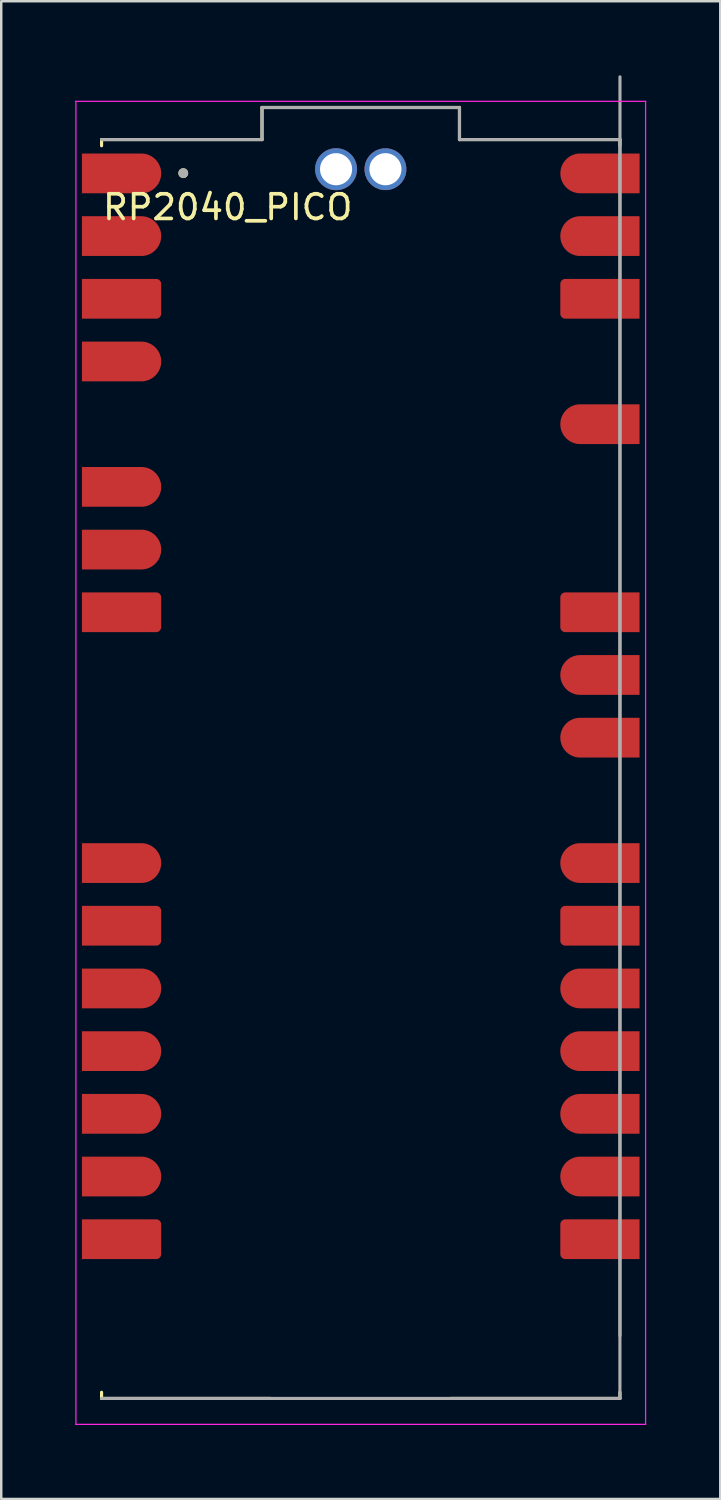
<source format=kicad_pcb>
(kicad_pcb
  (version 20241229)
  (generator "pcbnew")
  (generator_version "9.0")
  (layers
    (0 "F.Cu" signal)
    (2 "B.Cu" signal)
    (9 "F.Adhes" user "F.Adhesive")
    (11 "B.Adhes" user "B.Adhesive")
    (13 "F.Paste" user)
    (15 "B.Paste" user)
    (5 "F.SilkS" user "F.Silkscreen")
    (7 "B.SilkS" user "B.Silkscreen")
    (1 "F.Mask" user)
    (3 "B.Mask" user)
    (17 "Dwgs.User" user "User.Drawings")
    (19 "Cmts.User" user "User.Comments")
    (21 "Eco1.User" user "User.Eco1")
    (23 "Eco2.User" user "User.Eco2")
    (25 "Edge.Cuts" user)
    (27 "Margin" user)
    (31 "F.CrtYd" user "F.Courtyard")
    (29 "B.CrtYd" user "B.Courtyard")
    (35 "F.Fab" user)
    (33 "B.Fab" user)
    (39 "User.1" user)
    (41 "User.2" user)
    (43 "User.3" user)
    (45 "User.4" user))
  (footprint "RP2040_PICO"
    (layer "F.Cu")
    (at 11.565 28.105)
    (property "Reference" "RP2040_PICO" (at -5.39 -22.76 0) (layer "F.SilkS") (effects (font (size 1 1) (thickness 0.15))))
    (attr smd)
    (fp_poly (pts (xy -11.39 -23.23) (xy -11.39 -25.03) (xy -8.89 -25.03) (xy -8.843 -25.029) (xy -8.796 -25.025) (xy -8.749 -25.019) (xy -8.703 -25.01) (xy -8.657 -24.999) (xy -8.612 -24.986) (xy -8.567 -24.97) (xy -8.524 -24.952) (xy -8.481 -24.932) (xy -8.44 -24.909) (xy -8.4 -24.885) (xy -8.361 -24.858) (xy -8.324 -24.829) (xy -8.288 -24.799) (xy -8.254 -24.766) (xy -8.221 -24.732) (xy -8.191 -24.696) (xy -8.162 -24.659) (xy -8.135 -24.62) (xy -8.111 -24.58) (xy -8.088 -24.539) (xy -8.068 -24.496) (xy -8.05 -24.453) (xy -8.034 -24.408) (xy -8.021 -24.363) (xy -8.01 -24.317) (xy -8.001 -24.271) (xy -7.995 -24.224) (xy -7.991 -24.177) (xy -7.99 -24.13) (xy -7.991 -24.083) (xy -7.995 -24.036) (xy -8.001 -23.989) (xy -8.01 -23.943) (xy -8.021 -23.897) (xy -8.034 -23.852) (xy -8.05 -23.807) (xy -8.068 -23.764) (xy -8.088 -23.721) (xy -8.111 -23.68) (xy -8.135 -23.64) (xy -8.162 -23.601) (xy -8.191 -23.564) (xy -8.221 -23.528) (xy -8.254 -23.494) (xy -8.288 -23.461) (xy -8.324 -23.431) (xy -8.361 -23.402) (xy -8.4 -23.375) (xy -8.44 -23.351) (xy -8.481 -23.328) (xy -8.524 -23.308) (xy -8.567 -23.29) (xy -8.612 -23.274) (xy -8.657 -23.261) (xy -8.703 -23.25) (xy -8.749 -23.241) (xy -8.796 -23.235) (xy -8.843 -23.231) (xy -8.89 -23.23) (xy -11.39 -23.23)) (stroke (width 0.01) (type solid)) (fill yes) (layer "F.Mask"))
    (fp_poly (pts (xy -11.39 -20.69) (xy -11.39 -22.49) (xy -8.89 -22.49) (xy -8.843 -22.489) (xy -8.796 -22.485) (xy -8.749 -22.479) (xy -8.703 -22.47) (xy -8.657 -22.459) (xy -8.612 -22.446) (xy -8.567 -22.43) (xy -8.524 -22.412) (xy -8.481 -22.392) (xy -8.44 -22.369) (xy -8.4 -22.345) (xy -8.361 -22.318) (xy -8.324 -22.289) (xy -8.288 -22.259) (xy -8.254 -22.226) (xy -8.221 -22.192) (xy -8.191 -22.156) (xy -8.162 -22.119) (xy -8.135 -22.08) (xy -8.111 -22.04) (xy -8.088 -21.999) (xy -8.068 -21.956) (xy -8.05 -21.913) (xy -8.034 -21.868) (xy -8.021 -21.823) (xy -8.01 -21.777) (xy -8.001 -21.731) (xy -7.995 -21.684) (xy -7.991 -21.637) (xy -7.99 -21.59) (xy -7.991 -21.543) (xy -7.995 -21.496) (xy -8.001 -21.449) (xy -8.01 -21.403) (xy -8.021 -21.357) (xy -8.034 -21.312) (xy -8.05 -21.267) (xy -8.068 -21.224) (xy -8.088 -21.181) (xy -8.111 -21.14) (xy -8.135 -21.1) (xy -8.162 -21.061) (xy -8.191 -21.024) (xy -8.221 -20.988) (xy -8.254 -20.954) (xy -8.288 -20.921) (xy -8.324 -20.891) (xy -8.361 -20.862) (xy -8.4 -20.835) (xy -8.44 -20.811) (xy -8.481 -20.788) (xy -8.524 -20.768) (xy -8.567 -20.75) (xy -8.612 -20.734) (xy -8.657 -20.721) (xy -8.703 -20.71) (xy -8.749 -20.701) (xy -8.796 -20.695) (xy -8.843 -20.691) (xy -8.89 -20.69) (xy -11.39 -20.69)) (stroke (width 0.01) (type solid)) (fill yes) (layer "F.Mask"))
    (fp_poly (pts (xy -11.39 -15.61) (xy -11.39 -17.41) (xy -8.89 -17.41) (xy -8.843 -17.409) (xy -8.796 -17.405) (xy -8.749 -17.399) (xy -8.703 -17.39) (xy -8.657 -17.379) (xy -8.612 -17.366) (xy -8.567 -17.35) (xy -8.524 -17.332) (xy -8.481 -17.312) (xy -8.44 -17.289) (xy -8.4 -17.265) (xy -8.361 -17.238) (xy -8.324 -17.209) (xy -8.288 -17.179) (xy -8.254 -17.146) (xy -8.221 -17.112) (xy -8.191 -17.076) (xy -8.162 -17.039) (xy -8.135 -17) (xy -8.111 -16.96) (xy -8.088 -16.919) (xy -8.068 -16.876) (xy -8.05 -16.833) (xy -8.034 -16.788) (xy -8.021 -16.743) (xy -8.01 -16.697) (xy -8.001 -16.651) (xy -7.995 -16.604) (xy -7.991 -16.557) (xy -7.99 -16.51) (xy -7.991 -16.463) (xy -7.995 -16.416) (xy -8.001 -16.369) (xy -8.01 -16.323) (xy -8.021 -16.277) (xy -8.034 -16.232) (xy -8.05 -16.187) (xy -8.068 -16.144) (xy -8.088 -16.101) (xy -8.111 -16.06) (xy -8.135 -16.02) (xy -8.162 -15.981) (xy -8.191 -15.944) (xy -8.221 -15.908) (xy -8.254 -15.874) (xy -8.288 -15.841) (xy -8.324 -15.811) (xy -8.361 -15.782) (xy -8.4 -15.755) (xy -8.44 -15.731) (xy -8.481 -15.708) (xy -8.524 -15.688) (xy -8.567 -15.67) (xy -8.612 -15.654) (xy -8.657 -15.641) (xy -8.703 -15.63) (xy -8.749 -15.621) (xy -8.796 -15.615) (xy -8.843 -15.611) (xy -8.89 -15.61) (xy -11.39 -15.61)) (stroke (width 0.01) (type solid)) (fill yes) (layer "F.Mask"))
    (fp_poly (pts (xy -11.39 -10.53) (xy -11.39 -12.33) (xy -8.89 -12.33) (xy -8.843 -12.329) (xy -8.796 -12.325) (xy -8.749 -12.319) (xy -8.703 -12.31) (xy -8.657 -12.299) (xy -8.612 -12.286) (xy -8.567 -12.27) (xy -8.524 -12.252) (xy -8.481 -12.232) (xy -8.44 -12.209) (xy -8.4 -12.185) (xy -8.361 -12.158) (xy -8.324 -12.129) (xy -8.288 -12.099) (xy -8.254 -12.066) (xy -8.221 -12.032) (xy -8.191 -11.996) (xy -8.162 -11.959) (xy -8.135 -11.92) (xy -8.111 -11.88) (xy -8.088 -11.839) (xy -8.068 -11.796) (xy -8.05 -11.753) (xy -8.034 -11.708) (xy -8.021 -11.663) (xy -8.01 -11.617) (xy -8.001 -11.571) (xy -7.995 -11.524) (xy -7.991 -11.477) (xy -7.99 -11.43) (xy -7.991 -11.383) (xy -7.995 -11.336) (xy -8.001 -11.289) (xy -8.01 -11.243) (xy -8.021 -11.197) (xy -8.034 -11.152) (xy -8.05 -11.107) (xy -8.068 -11.064) (xy -8.088 -11.021) (xy -8.111 -10.98) (xy -8.135 -10.94) (xy -8.162 -10.901) (xy -8.191 -10.864) (xy -8.221 -10.828) (xy -8.254 -10.794) (xy -8.288 -10.761) (xy -8.324 -10.731) (xy -8.361 -10.702) (xy -8.4 -10.675) (xy -8.44 -10.651) (xy -8.481 -10.628) (xy -8.524 -10.608) (xy -8.567 -10.59) (xy -8.612 -10.574) (xy -8.657 -10.561) (xy -8.703 -10.55) (xy -8.749 -10.541) (xy -8.796 -10.535) (xy -8.843 -10.531) (xy -8.89 -10.53) (xy -11.39 -10.53)) (stroke (width 0.01) (type solid)) (fill yes) (layer "F.Mask"))
    (fp_poly (pts (xy -11.39 -7.99) (xy -11.39 -9.79) (xy -8.89 -9.79) (xy -8.843 -9.789) (xy -8.796 -9.785) (xy -8.749 -9.779) (xy -8.703 -9.77) (xy -8.657 -9.759) (xy -8.612 -9.746) (xy -8.567 -9.73) (xy -8.524 -9.712) (xy -8.481 -9.692) (xy -8.44 -9.669) (xy -8.4 -9.645) (xy -8.361 -9.618) (xy -8.324 -9.589) (xy -8.288 -9.559) (xy -8.254 -9.526) (xy -8.221 -9.492) (xy -8.191 -9.456) (xy -8.162 -9.419) (xy -8.135 -9.38) (xy -8.111 -9.34) (xy -8.088 -9.299) (xy -8.068 -9.256) (xy -8.05 -9.213) (xy -8.034 -9.168) (xy -8.021 -9.123) (xy -8.01 -9.077) (xy -8.001 -9.031) (xy -7.995 -8.984) (xy -7.991 -8.937) (xy -7.99 -8.89) (xy -7.991 -8.843) (xy -7.995 -8.796) (xy -8.001 -8.749) (xy -8.01 -8.703) (xy -8.021 -8.657) (xy -8.034 -8.612) (xy -8.05 -8.567) (xy -8.068 -8.524) (xy -8.088 -8.481) (xy -8.111 -8.44) (xy -8.135 -8.4) (xy -8.162 -8.361) (xy -8.191 -8.324) (xy -8.221 -8.288) (xy -8.254 -8.254) (xy -8.288 -8.221) (xy -8.324 -8.191) (xy -8.361 -8.162) (xy -8.4 -8.135) (xy -8.44 -8.111) (xy -8.481 -8.088) (xy -8.524 -8.068) (xy -8.567 -8.05) (xy -8.612 -8.034) (xy -8.657 -8.021) (xy -8.703 -8.01) (xy -8.749 -8.001) (xy -8.796 -7.995) (xy -8.843 -7.991) (xy -8.89 -7.99) (xy -11.39 -7.99)) (stroke (width 0.01) (type solid)) (fill yes) (layer "F.Mask"))
    (fp_poly (pts (xy -11.39 -7.99) (xy -11.39 -9.79) (xy -8.89 -9.79) (xy -8.843 -9.789) (xy -8.796 -9.785) (xy -8.749 -9.779) (xy -8.703 -9.77) (xy -8.657 -9.759) (xy -8.612 -9.746) (xy -8.567 -9.73) (xy -8.524 -9.712) (xy -8.481 -9.692) (xy -8.44 -9.669) (xy -8.4 -9.645) (xy -8.361 -9.618) (xy -8.324 -9.589) (xy -8.288 -9.559) (xy -8.254 -9.526) (xy -8.221 -9.492) (xy -8.191 -9.456) (xy -8.162 -9.419) (xy -8.135 -9.38) (xy -8.111 -9.34) (xy -8.088 -9.299) (xy -8.068 -9.256) (xy -8.05 -9.213) (xy -8.034 -9.168) (xy -8.021 -9.123) (xy -8.01 -9.077) (xy -8.001 -9.031) (xy -7.995 -8.984) (xy -7.991 -8.937) (xy -7.99 -8.89) (xy -7.991 -8.843) (xy -7.995 -8.796) (xy -8.001 -8.749) (xy -8.01 -8.703) (xy -8.021 -8.657) (xy -8.034 -8.612) (xy -8.05 -8.567) (xy -8.068 -8.524) (xy -8.088 -8.481) (xy -8.111 -8.44) (xy -8.135 -8.4) (xy -8.162 -8.361) (xy -8.191 -8.324) (xy -8.221 -8.288) (xy -8.254 -8.254) (xy -8.288 -8.221) (xy -8.324 -8.191) (xy -8.361 -8.162) (xy -8.4 -8.135) (xy -8.44 -8.111) (xy -8.481 -8.088) (xy -8.524 -8.068) (xy -8.567 -8.05) (xy -8.612 -8.034) (xy -8.657 -8.021) (xy -8.703 -8.01) (xy -8.749 -8.001) (xy -8.796 -7.995) (xy -8.843 -7.991) (xy -8.89 -7.99) (xy -11.39 -7.99)) (stroke (width 0.01) (type solid)) (fill yes) (layer "F.Mask"))
    (fp_poly (pts (xy -11.39 4.71) (xy -11.39 2.91) (xy -8.89 2.91) (xy -8.843 2.911) (xy -8.796 2.915) (xy -8.749 2.921) (xy -8.703 2.93) (xy -8.657 2.941) (xy -8.612 2.954) (xy -8.567 2.97) (xy -8.524 2.988) (xy -8.481 3.008) (xy -8.44 3.031) (xy -8.4 3.055) (xy -8.361 3.082) (xy -8.324 3.111) (xy -8.288 3.141) (xy -8.254 3.174) (xy -8.221 3.208) (xy -8.191 3.244) (xy -8.162 3.281) (xy -8.135 3.32) (xy -8.111 3.36) (xy -8.088 3.401) (xy -8.068 3.444) (xy -8.05 3.487) (xy -8.034 3.532) (xy -8.021 3.577) (xy -8.01 3.623) (xy -8.001 3.669) (xy -7.995 3.716) (xy -7.991 3.763) (xy -7.99 3.81) (xy -7.991 3.857) (xy -7.995 3.904) (xy -8.001 3.951) (xy -8.01 3.997) (xy -8.021 4.043) (xy -8.034 4.088) (xy -8.05 4.133) (xy -8.068 4.176) (xy -8.088 4.219) (xy -8.111 4.26) (xy -8.135 4.3) (xy -8.162 4.339) (xy -8.191 4.376) (xy -8.221 4.412) (xy -8.254 4.446) (xy -8.288 4.479) (xy -8.324 4.509) (xy -8.361 4.538) (xy -8.4 4.565) (xy -8.44 4.589) (xy -8.481 4.612) (xy -8.524 4.632) (xy -8.567 4.65) (xy -8.612 4.666) (xy -8.657 4.679) (xy -8.703 4.69) (xy -8.749 4.699) (xy -8.796 4.705) (xy -8.843 4.709) (xy -8.89 4.71) (xy -11.39 4.71)) (stroke (width 0.01) (type solid)) (fill yes) (layer "F.Mask"))
    (fp_poly (pts (xy -11.39 9.79) (xy -11.39 7.99) (xy -8.89 7.99) (xy -8.843 7.991) (xy -8.796 7.995) (xy -8.749 8.001) (xy -8.703 8.01) (xy -8.657 8.021) (xy -8.612 8.034) (xy -8.567 8.05) (xy -8.524 8.068) (xy -8.481 8.088) (xy -8.44 8.111) (xy -8.4 8.135) (xy -8.361 8.162) (xy -8.324 8.191) (xy -8.288 8.221) (xy -8.254 8.254) (xy -8.221 8.288) (xy -8.191 8.324) (xy -8.162 8.361) (xy -8.135 8.4) (xy -8.111 8.44) (xy -8.088 8.481) (xy -8.068 8.524) (xy -8.05 8.567) (xy -8.034 8.612) (xy -8.021 8.657) (xy -8.01 8.703) (xy -8.001 8.749) (xy -7.995 8.796) (xy -7.991 8.843) (xy -7.99 8.89) (xy -7.991 8.937) (xy -7.995 8.984) (xy -8.001 9.031) (xy -8.01 9.077) (xy -8.021 9.123) (xy -8.034 9.168) (xy -8.05 9.213) (xy -8.068 9.256) (xy -8.088 9.299) (xy -8.111 9.34) (xy -8.135 9.38) (xy -8.162 9.419) (xy -8.191 9.456) (xy -8.221 9.492) (xy -8.254 9.526) (xy -8.288 9.559) (xy -8.324 9.589) (xy -8.361 9.618) (xy -8.4 9.645) (xy -8.44 9.669) (xy -8.481 9.692) (xy -8.524 9.712) (xy -8.567 9.73) (xy -8.612 9.746) (xy -8.657 9.759) (xy -8.703 9.77) (xy -8.749 9.779) (xy -8.796 9.785) (xy -8.843 9.789) (xy -8.89 9.79) (xy -11.39 9.79)) (stroke (width 0.01) (type solid)) (fill yes) (layer "F.Mask"))
    (fp_poly (pts (xy -11.39 12.33) (xy -11.39 10.53) (xy -8.89 10.53) (xy -8.843 10.531) (xy -8.796 10.535) (xy -8.749 10.541) (xy -8.703 10.55) (xy -8.657 10.561) (xy -8.612 10.574) (xy -8.567 10.59) (xy -8.524 10.608) (xy -8.481 10.628) (xy -8.44 10.651) (xy -8.4 10.675) (xy -8.361 10.702) (xy -8.324 10.731) (xy -8.288 10.761) (xy -8.254 10.794) (xy -8.221 10.828) (xy -8.191 10.864) (xy -8.162 10.901) (xy -8.135 10.94) (xy -8.111 10.98) (xy -8.088 11.021) (xy -8.068 11.064) (xy -8.05 11.107) (xy -8.034 11.152) (xy -8.021 11.197) (xy -8.01 11.243) (xy -8.001 11.289) (xy -7.995 11.336) (xy -7.991 11.383) (xy -7.99 11.43) (xy -7.991 11.477) (xy -7.995 11.524) (xy -8.001 11.571) (xy -8.01 11.617) (xy -8.021 11.663) (xy -8.034 11.708) (xy -8.05 11.753) (xy -8.068 11.796) (xy -8.088 11.839) (xy -8.111 11.88) (xy -8.135 11.92) (xy -8.162 11.959) (xy -8.191 11.996) (xy -8.221 12.032) (xy -8.254 12.066) (xy -8.288 12.099) (xy -8.324 12.129) (xy -8.361 12.158) (xy -8.4 12.185) (xy -8.44 12.209) (xy -8.481 12.232) (xy -8.524 12.252) (xy -8.567 12.27) (xy -8.612 12.286) (xy -8.657 12.299) (xy -8.703 12.31) (xy -8.749 12.319) (xy -8.796 12.325) (xy -8.843 12.329) (xy -8.89 12.33) (xy -11.39 12.33)) (stroke (width 0.01) (type solid)) (fill yes) (layer "F.Mask"))
    (fp_poly (pts (xy -11.39 14.87) (xy -11.39 13.07) (xy -8.89 13.07) (xy -8.843 13.071) (xy -8.796 13.075) (xy -8.749 13.081) (xy -8.703 13.09) (xy -8.657 13.101) (xy -8.612 13.114) (xy -8.567 13.13) (xy -8.524 13.148) (xy -8.481 13.168) (xy -8.44 13.191) (xy -8.4 13.215) (xy -8.361 13.242) (xy -8.324 13.271) (xy -8.288 13.301) (xy -8.254 13.334) (xy -8.221 13.368) (xy -8.191 13.404) (xy -8.162 13.441) (xy -8.135 13.48) (xy -8.111 13.52) (xy -8.088 13.561) (xy -8.068 13.604) (xy -8.05 13.647) (xy -8.034 13.692) (xy -8.021 13.737) (xy -8.01 13.783) (xy -8.001 13.829) (xy -7.995 13.876) (xy -7.991 13.923) (xy -7.99 13.97) (xy -7.991 14.017) (xy -7.995 14.064) (xy -8.001 14.111) (xy -8.01 14.157) (xy -8.021 14.203) (xy -8.034 14.248) (xy -8.05 14.293) (xy -8.068 14.336) (xy -8.088 14.379) (xy -8.111 14.42) (xy -8.135 14.46) (xy -8.162 14.499) (xy -8.191 14.536) (xy -8.221 14.572) (xy -8.254 14.606) (xy -8.288 14.639) (xy -8.324 14.669) (xy -8.361 14.698) (xy -8.4 14.725) (xy -8.44 14.749) (xy -8.481 14.772) (xy -8.524 14.792) (xy -8.567 14.81) (xy -8.612 14.826) (xy -8.657 14.839) (xy -8.703 14.85) (xy -8.749 14.859) (xy -8.796 14.865) (xy -8.843 14.869) (xy -8.89 14.87) (xy -11.39 14.87)) (stroke (width 0.01) (type solid)) (fill yes) (layer "F.Mask"))
    (fp_poly (pts (xy -11.39 17.41) (xy -11.39 15.61) (xy -8.89 15.61) (xy -8.843 15.611) (xy -8.796 15.615) (xy -8.749 15.621) (xy -8.703 15.63) (xy -8.657 15.641) (xy -8.612 15.654) (xy -8.567 15.67) (xy -8.524 15.688) (xy -8.481 15.708) (xy -8.44 15.731) (xy -8.4 15.755) (xy -8.361 15.782) (xy -8.324 15.811) (xy -8.288 15.841) (xy -8.254 15.874) (xy -8.221 15.908) (xy -8.191 15.944) (xy -8.162 15.981) (xy -8.135 16.02) (xy -8.111 16.06) (xy -8.088 16.101) (xy -8.068 16.144) (xy -8.05 16.187) (xy -8.034 16.232) (xy -8.021 16.277) (xy -8.01 16.323) (xy -8.001 16.369) (xy -7.995 16.416) (xy -7.991 16.463) (xy -7.99 16.51) (xy -7.991 16.557) (xy -7.995 16.604) (xy -8.001 16.651) (xy -8.01 16.697) (xy -8.021 16.743) (xy -8.034 16.788) (xy -8.05 16.833) (xy -8.068 16.876) (xy -8.088 16.919) (xy -8.111 16.96) (xy -8.135 17) (xy -8.162 17.039) (xy -8.191 17.076) (xy -8.221 17.112) (xy -8.254 17.146) (xy -8.288 17.179) (xy -8.324 17.209) (xy -8.361 17.238) (xy -8.4 17.265) (xy -8.44 17.289) (xy -8.481 17.312) (xy -8.524 17.332) (xy -8.567 17.35) (xy -8.612 17.366) (xy -8.657 17.379) (xy -8.703 17.39) (xy -8.749 17.399) (xy -8.796 17.405) (xy -8.843 17.409) (xy -8.89 17.41) (xy -11.39 17.41)) (stroke (width 0.01) (type solid)) (fill yes) (layer "F.Mask"))
    (fp_poly (pts (xy 11.39 -20.69) (xy 11.39 -22.49) (xy 8.89 -22.49) (xy 8.843 -22.489) (xy 8.796 -22.485) (xy 8.749 -22.479) (xy 8.703 -22.47) (xy 8.657 -22.459) (xy 8.612 -22.446) (xy 8.567 -22.43) (xy 8.524 -22.412) (xy 8.481 -22.392) (xy 8.44 -22.369) (xy 8.4 -22.345) (xy 8.361 -22.318) (xy 8.324 -22.289) (xy 8.288 -22.259) (xy 8.254 -22.226) (xy 8.221 -22.192) (xy 8.191 -22.156) (xy 8.162 -22.119) (xy 8.135 -22.08) (xy 8.111 -22.04) (xy 8.088 -21.999) (xy 8.068 -21.956) (xy 8.05 -21.913) (xy 8.034 -21.868) (xy 8.021 -21.823) (xy 8.01 -21.777) (xy 8.001 -21.731) (xy 7.995 -21.684) (xy 7.991 -21.637) (xy 7.99 -21.59) (xy 7.991 -21.543) (xy 7.995 -21.496) (xy 8.001 -21.449) (xy 8.01 -21.403) (xy 8.021 -21.357) (xy 8.034 -21.312) (xy 8.05 -21.267) (xy 8.068 -21.224) (xy 8.088 -21.181) (xy 8.111 -21.14) (xy 8.135 -21.1) (xy 8.162 -21.061) (xy 8.191 -21.024) (xy 8.221 -20.988) (xy 8.254 -20.954) (xy 8.288 -20.921) (xy 8.324 -20.891) (xy 8.361 -20.862) (xy 8.4 -20.835) (xy 8.44 -20.811) (xy 8.481 -20.788) (xy 8.524 -20.768) (xy 8.567 -20.75) (xy 8.612 -20.734) (xy 8.657 -20.721) (xy 8.703 -20.71) (xy 8.749 -20.701) (xy 8.796 -20.695) (xy 8.843 -20.691) (xy 8.89 -20.69) (xy 11.39 -20.69)) (stroke (width 0.01) (type solid)) (fill yes) (layer "F.Mask"))
    (fp_poly (pts (xy 11.39 -13.07) (xy 11.39 -14.87) (xy 8.89 -14.87) (xy 8.843 -14.869) (xy 8.796 -14.865) (xy 8.749 -14.859) (xy 8.703 -14.85) (xy 8.657 -14.839) (xy 8.612 -14.826) (xy 8.567 -14.81) (xy 8.524 -14.792) (xy 8.481 -14.772) (xy 8.44 -14.749) (xy 8.4 -14.725) (xy 8.361 -14.698) (xy 8.324 -14.669) (xy 8.288 -14.639) (xy 8.254 -14.606) (xy 8.221 -14.572) (xy 8.191 -14.536) (xy 8.162 -14.499) (xy 8.135 -14.46) (xy 8.111 -14.42) (xy 8.088 -14.379) (xy 8.068 -14.336) (xy 8.05 -14.293) (xy 8.034 -14.248) (xy 8.021 -14.203) (xy 8.01 -14.157) (xy 8.001 -14.111) (xy 7.995 -14.064) (xy 7.991 -14.017) (xy 7.99 -13.97) (xy 7.991 -13.923) (xy 7.995 -13.876) (xy 8.001 -13.829) (xy 8.01 -13.783) (xy 8.021 -13.737) (xy 8.034 -13.692) (xy 8.05 -13.647) (xy 8.068 -13.604) (xy 8.088 -13.561) (xy 8.111 -13.52) (xy 8.135 -13.48) (xy 8.162 -13.441) (xy 8.191 -13.404) (xy 8.221 -13.368) (xy 8.254 -13.334) (xy 8.288 -13.301) (xy 8.324 -13.271) (xy 8.361 -13.242) (xy 8.4 -13.215) (xy 8.44 -13.191) (xy 8.481 -13.168) (xy 8.524 -13.148) (xy 8.567 -13.13) (xy 8.612 -13.114) (xy 8.657 -13.101) (xy 8.703 -13.09) (xy 8.749 -13.081) (xy 8.796 -13.075) (xy 8.843 -13.071) (xy 8.89 -13.07) (xy 11.39 -13.07)) (stroke (width 0.01) (type solid)) (fill yes) (layer "F.Mask"))
    (fp_poly (pts (xy 11.39 -2.91) (xy 11.39 -4.71) (xy 8.89 -4.71) (xy 8.843 -4.709) (xy 8.796 -4.705) (xy 8.749 -4.699) (xy 8.703 -4.69) (xy 8.657 -4.679) (xy 8.612 -4.666) (xy 8.567 -4.65) (xy 8.524 -4.632) (xy 8.481 -4.612) (xy 8.44 -4.589) (xy 8.4 -4.565) (xy 8.361 -4.538) (xy 8.324 -4.509) (xy 8.288 -4.479) (xy 8.254 -4.446) (xy 8.221 -4.412) (xy 8.191 -4.376) (xy 8.162 -4.339) (xy 8.135 -4.3) (xy 8.111 -4.26) (xy 8.088 -4.219) (xy 8.068 -4.176) (xy 8.05 -4.133) (xy 8.034 -4.088) (xy 8.021 -4.043) (xy 8.01 -3.997) (xy 8.001 -3.951) (xy 7.995 -3.904) (xy 7.991 -3.857) (xy 7.99 -3.81) (xy 7.991 -3.763) (xy 7.995 -3.716) (xy 8.001 -3.669) (xy 8.01 -3.623) (xy 8.021 -3.577) (xy 8.034 -3.532) (xy 8.05 -3.487) (xy 8.068 -3.444) (xy 8.088 -3.401) (xy 8.111 -3.36) (xy 8.135 -3.32) (xy 8.162 -3.281) (xy 8.191 -3.244) (xy 8.221 -3.208) (xy 8.254 -3.174) (xy 8.288 -3.141) (xy 8.324 -3.111) (xy 8.361 -3.082) (xy 8.4 -3.055) (xy 8.44 -3.031) (xy 8.481 -3.008) (xy 8.524 -2.988) (xy 8.567 -2.97) (xy 8.612 -2.954) (xy 8.657 -2.941) (xy 8.703 -2.93) (xy 8.749 -2.921) (xy 8.796 -2.915) (xy 8.843 -2.911) (xy 8.89 -2.91) (xy 11.39 -2.91)) (stroke (width 0.01) (type solid)) (fill yes) (layer "F.Mask"))
    (fp_poly (pts (xy 11.39 -0.37) (xy 11.39 -2.17) (xy 8.89 -2.17) (xy 8.843 -2.169) (xy 8.796 -2.165) (xy 8.749 -2.159) (xy 8.703 -2.15) (xy 8.657 -2.139) (xy 8.612 -2.126) (xy 8.567 -2.11) (xy 8.524 -2.092) (xy 8.481 -2.072) (xy 8.44 -2.049) (xy 8.4 -2.025) (xy 8.361 -1.998) (xy 8.324 -1.969) (xy 8.288 -1.939) (xy 8.254 -1.906) (xy 8.221 -1.872) (xy 8.191 -1.836) (xy 8.162 -1.799) (xy 8.135 -1.76) (xy 8.111 -1.72) (xy 8.088 -1.679) (xy 8.068 -1.636) (xy 8.05 -1.593) (xy 8.034 -1.548) (xy 8.021 -1.503) (xy 8.01 -1.457) (xy 8.001 -1.411) (xy 7.995 -1.364) (xy 7.991 -1.317) (xy 7.99 -1.27) (xy 7.991 -1.223) (xy 7.995 -1.176) (xy 8.001 -1.129) (xy 8.01 -1.083) (xy 8.021 -1.037) (xy 8.034 -0.992) (xy 8.05 -0.947) (xy 8.068 -0.904) (xy 8.088 -0.861) (xy 8.111 -0.82) (xy 8.135 -0.78) (xy 8.162 -0.741) (xy 8.191 -0.704) (xy 8.221 -0.668) (xy 8.254 -0.634) (xy 8.288 -0.601) (xy 8.324 -0.571) (xy 8.361 -0.542) (xy 8.4 -0.515) (xy 8.44 -0.491) (xy 8.481 -0.468) (xy 8.524 -0.448) (xy 8.567 -0.43) (xy 8.612 -0.414) (xy 8.657 -0.401) (xy 8.703 -0.39) (xy 8.749 -0.381) (xy 8.796 -0.375) (xy 8.843 -0.371) (xy 8.89 -0.37) (xy 11.39 -0.37)) (stroke (width 0.01) (type solid)) (fill yes) (layer "F.Mask"))
    (fp_poly (pts (xy 11.39 4.71) (xy 11.39 2.91) (xy 8.89 2.91) (xy 8.843 2.911) (xy 8.796 2.915) (xy 8.749 2.921) (xy 8.703 2.93) (xy 8.657 2.941) (xy 8.612 2.954) (xy 8.567 2.97) (xy 8.524 2.988) (xy 8.481 3.008) (xy 8.44 3.031) (xy 8.4 3.055) (xy 8.361 3.082) (xy 8.324 3.111) (xy 8.288 3.141) (xy 8.254 3.174) (xy 8.221 3.208) (xy 8.191 3.244) (xy 8.162 3.281) (xy 8.135 3.32) (xy 8.111 3.36) (xy 8.088 3.401) (xy 8.068 3.444) (xy 8.05 3.487) (xy 8.034 3.532) (xy 8.021 3.577) (xy 8.01 3.623) (xy 8.001 3.669) (xy 7.995 3.716) (xy 7.991 3.763) (xy 7.99 3.81) (xy 7.991 3.857) (xy 7.995 3.904) (xy 8.001 3.951) (xy 8.01 3.997) (xy 8.021 4.043) (xy 8.034 4.088) (xy 8.05 4.133) (xy 8.068 4.176) (xy 8.088 4.219) (xy 8.111 4.26) (xy 8.135 4.3) (xy 8.162 4.339) (xy 8.191 4.376) (xy 8.221 4.412) (xy 8.254 4.446) (xy 8.288 4.479) (xy 8.324 4.509) (xy 8.361 4.538) (xy 8.4 4.565) (xy 8.44 4.589) (xy 8.481 4.612) (xy 8.524 4.632) (xy 8.567 4.65) (xy 8.612 4.666) (xy 8.657 4.679) (xy 8.703 4.69) (xy 8.749 4.699) (xy 8.796 4.705) (xy 8.843 4.709) (xy 8.89 4.71) (xy 11.39 4.71)) (stroke (width 0.01) (type solid)) (fill yes) (layer "F.Mask"))
    (fp_poly (pts (xy 11.39 9.79) (xy 11.39 7.99) (xy 8.89 7.99) (xy 8.843 7.991) (xy 8.796 7.995) (xy 8.749 8.001) (xy 8.703 8.01) (xy 8.657 8.021) (xy 8.612 8.034) (xy 8.567 8.05) (xy 8.524 8.068) (xy 8.481 8.088) (xy 8.44 8.111) (xy 8.4 8.135) (xy 8.361 8.162) (xy 8.324 8.191) (xy 8.288 8.221) (xy 8.254 8.254) (xy 8.221 8.288) (xy 8.191 8.324) (xy 8.162 8.361) (xy 8.135 8.4) (xy 8.111 8.44) (xy 8.088 8.481) (xy 8.068 8.524) (xy 8.05 8.567) (xy 8.034 8.612) (xy 8.021 8.657) (xy 8.01 8.703) (xy 8.001 8.749) (xy 7.995 8.796) (xy 7.991 8.843) (xy 7.99 8.89) (xy 7.991 8.937) (xy 7.995 8.984) (xy 8.001 9.031) (xy 8.01 9.077) (xy 8.021 9.123) (xy 8.034 9.168) (xy 8.05 9.213) (xy 8.068 9.256) (xy 8.088 9.299) (xy 8.111 9.34) (xy 8.135 9.38) (xy 8.162 9.419) (xy 8.191 9.456) (xy 8.221 9.492) (xy 8.254 9.526) (xy 8.288 9.559) (xy 8.324 9.589) (xy 8.361 9.618) (xy 8.4 9.645) (xy 8.44 9.669) (xy 8.481 9.692) (xy 8.524 9.712) (xy 8.567 9.73) (xy 8.612 9.746) (xy 8.657 9.759) (xy 8.703 9.77) (xy 8.749 9.779) (xy 8.796 9.785) (xy 8.843 9.789) (xy 8.89 9.79) (xy 11.39 9.79)) (stroke (width 0.01) (type solid)) (fill yes) (layer "F.Mask"))
    (fp_poly (pts (xy 11.39 12.33) (xy 11.39 10.53) (xy 8.89 10.53) (xy 8.843 10.531) (xy 8.796 10.535) (xy 8.749 10.541) (xy 8.703 10.55) (xy 8.657 10.561) (xy 8.612 10.574) (xy 8.567 10.59) (xy 8.524 10.608) (xy 8.481 10.628) (xy 8.44 10.651) (xy 8.4 10.675) (xy 8.361 10.702) (xy 8.324 10.731) (xy 8.288 10.761) (xy 8.254 10.794) (xy 8.221 10.828) (xy 8.191 10.864) (xy 8.162 10.901) (xy 8.135 10.94) (xy 8.111 10.98) (xy 8.088 11.021) (xy 8.068 11.064) (xy 8.05 11.107) (xy 8.034 11.152) (xy 8.021 11.197) (xy 8.01 11.243) (xy 8.001 11.289) (xy 7.995 11.336) (xy 7.991 11.383) (xy 7.99 11.43) (xy 7.991 11.477) (xy 7.995 11.524) (xy 8.001 11.571) (xy 8.01 11.617) (xy 8.021 11.663) (xy 8.034 11.708) (xy 8.05 11.753) (xy 8.068 11.796) (xy 8.088 11.839) (xy 8.111 11.88) (xy 8.135 11.92) (xy 8.162 11.959) (xy 8.191 11.996) (xy 8.221 12.032) (xy 8.254 12.066) (xy 8.288 12.099) (xy 8.324 12.129) (xy 8.361 12.158) (xy 8.4 12.185) (xy 8.44 12.209) (xy 8.481 12.232) (xy 8.524 12.252) (xy 8.567 12.27) (xy 8.612 12.286) (xy 8.657 12.299) (xy 8.703 12.31) (xy 8.749 12.319) (xy 8.796 12.325) (xy 8.843 12.329) (xy 8.89 12.33) (xy 11.39 12.33)) (stroke (width 0.01) (type solid)) (fill yes) (layer "F.Mask"))
    (fp_poly (pts (xy 11.39 14.87) (xy 11.39 13.07) (xy 8.89 13.07) (xy 8.843 13.071) (xy 8.796 13.075) (xy 8.749 13.081) (xy 8.703 13.09) (xy 8.657 13.101) (xy 8.612 13.114) (xy 8.567 13.13) (xy 8.524 13.148) (xy 8.481 13.168) (xy 8.44 13.191) (xy 8.4 13.215) (xy 8.361 13.242) (xy 8.324 13.271) (xy 8.288 13.301) (xy 8.254 13.334) (xy 8.221 13.368) (xy 8.191 13.404) (xy 8.162 13.441) (xy 8.135 13.48) (xy 8.111 13.52) (xy 8.088 13.561) (xy 8.068 13.604) (xy 8.05 13.647) (xy 8.034 13.692) (xy 8.021 13.737) (xy 8.01 13.783) (xy 8.001 13.829) (xy 7.995 13.876) (xy 7.991 13.923) (xy 7.99 13.97) (xy 7.991 14.017) (xy 7.995 14.064) (xy 8.001 14.111) (xy 8.01 14.157) (xy 8.021 14.203) (xy 8.034 14.248) (xy 8.05 14.293) (xy 8.068 14.336) (xy 8.088 14.379) (xy 8.111 14.42) (xy 8.135 14.46) (xy 8.162 14.499) (xy 8.191 14.536) (xy 8.221 14.572) (xy 8.254 14.606) (xy 8.288 14.639) (xy 8.324 14.669) (xy 8.361 14.698) (xy 8.4 14.725) (xy 8.44 14.749) (xy 8.481 14.772) (xy 8.524 14.792) (xy 8.567 14.81) (xy 8.612 14.826) (xy 8.657 14.839) (xy 8.703 14.85) (xy 8.749 14.859) (xy 8.796 14.865) (xy 8.843 14.869) (xy 8.89 14.87) (xy 11.39 14.87)) (stroke (width 0.01) (type solid)) (fill yes) (layer "F.Mask"))
    (fp_poly (pts (xy 11.39 17.41) (xy 11.39 15.61) (xy 8.89 15.61) (xy 8.843 15.611) (xy 8.796 15.615) (xy 8.749 15.621) (xy 8.703 15.63) (xy 8.657 15.641) (xy 8.612 15.654) (xy 8.567 15.67) (xy 8.524 15.688) (xy 8.481 15.708) (xy 8.44 15.731) (xy 8.4 15.755) (xy 8.361 15.782) (xy 8.324 15.811) (xy 8.288 15.841) (xy 8.254 15.874) (xy 8.221 15.908) (xy 8.191 15.944) (xy 8.162 15.981) (xy 8.135 16.02) (xy 8.111 16.06) (xy 8.088 16.101) (xy 8.068 16.144) (xy 8.05 16.187) (xy 8.034 16.232) (xy 8.021 16.277) (xy 8.01 16.323) (xy 8.001 16.369) (xy 7.995 16.416) (xy 7.991 16.463) (xy 7.99 16.51) (xy 7.991 16.557) (xy 7.995 16.604) (xy 8.001 16.651) (xy 8.01 16.697) (xy 8.021 16.743) (xy 8.034 16.788) (xy 8.05 16.833) (xy 8.068 16.876) (xy 8.088 16.919) (xy 8.111 16.96) (xy 8.135 17) (xy 8.162 17.039) (xy 8.191 17.076) (xy 8.221 17.112) (xy 8.254 17.146) (xy 8.288 17.179) (xy 8.324 17.209) (xy 8.361 17.238) (xy 8.4 17.265) (xy 8.44 17.289) (xy 8.481 17.312) (xy 8.524 17.332) (xy 8.567 17.35) (xy 8.612 17.366) (xy 8.657 17.379) (xy 8.703 17.39) (xy 8.749 17.399) (xy 8.796 17.405) (xy 8.843 17.409) (xy 8.89 17.41) (xy 11.39 17.41)) (stroke (width 0.01) (type solid)) (fill yes) (layer "F.Mask"))
    (fp_poly (pts (xy 11.392 -23.231) (xy 11.392 -25.031) (xy 8.892 -25.031) (xy 8.845 -25.03) (xy 8.798 -25.026) (xy 8.751 -25.02) (xy 8.705 -25.011) (xy 8.659 -25) (xy 8.614 -24.987) (xy 8.569 -24.971) (xy 8.526 -24.953) (xy 8.483 -24.933) (xy 8.442 -24.91) (xy 8.402 -24.886) (xy 8.363 -24.859) (xy 8.326 -24.83) (xy 8.29 -24.8) (xy 8.256 -24.767) (xy 8.223 -24.733) (xy 8.193 -24.697) (xy 8.164 -24.66) (xy 8.137 -24.621) (xy 8.113 -24.581) (xy 8.09 -24.54) (xy 8.07 -24.497) (xy 8.052 -24.454) (xy 8.036 -24.409) (xy 8.023 -24.364) (xy 8.012 -24.318) (xy 8.003 -24.272) (xy 7.997 -24.225) (xy 7.993 -24.178) (xy 7.992 -24.131) (xy 7.993 -24.084) (xy 7.997 -24.037) (xy 8.003 -23.99) (xy 8.012 -23.944) (xy 8.023 -23.898) (xy 8.036 -23.853) (xy 8.052 -23.808) (xy 8.07 -23.765) (xy 8.09 -23.722) (xy 8.113 -23.681) (xy 8.137 -23.641) (xy 8.164 -23.602) (xy 8.193 -23.565) (xy 8.223 -23.529) (xy 8.256 -23.495) (xy 8.29 -23.462) (xy 8.326 -23.432) (xy 8.363 -23.403) (xy 8.402 -23.376) (xy 8.442 -23.352) (xy 8.483 -23.329) (xy 8.526 -23.309) (xy 8.569 -23.291) (xy 8.614 -23.275) (xy 8.659 -23.262) (xy 8.705 -23.251) (xy 8.751 -23.242) (xy 8.798 -23.236) (xy 8.845 -23.232) (xy 8.892 -23.231) (xy 11.392 -23.231)) (stroke (width 0.01) (type solid)) (fill yes) (layer "F.Mask"))
    (fp_poly (pts (xy -11.39 -18.15) (xy -11.39 -19.95) (xy -8.29 -19.95) (xy -8.274 -19.95) (xy -8.259 -19.948) (xy -8.243 -19.946) (xy -8.228 -19.943) (xy -8.212 -19.94) (xy -8.197 -19.935) (xy -8.182 -19.93) (xy -8.168 -19.924) (xy -8.154 -19.917) (xy -8.14 -19.91) (xy -8.127 -19.902) (xy -8.114 -19.893) (xy -8.101 -19.883) (xy -8.089 -19.873) (xy -8.078 -19.862) (xy -8.067 -19.851) (xy -8.057 -19.839) (xy -8.047 -19.826) (xy -8.038 -19.813) (xy -8.03 -19.8) (xy -8.023 -19.786) (xy -8.016 -19.772) (xy -8.01 -19.758) (xy -8.005 -19.743) (xy -8 -19.728) (xy -7.997 -19.712) (xy -7.994 -19.697) (xy -7.992 -19.681) (xy -7.99 -19.666) (xy -7.99 -19.65) (xy -7.99 -18.45) (xy -7.99 -18.434) (xy -7.992 -18.419) (xy -7.994 -18.403) (xy -7.997 -18.388) (xy -8 -18.372) (xy -8.005 -18.357) (xy -8.01 -18.342) (xy -8.016 -18.328) (xy -8.023 -18.314) (xy -8.03 -18.3) (xy -8.038 -18.287) (xy -8.047 -18.274) (xy -8.057 -18.261) (xy -8.067 -18.249) (xy -8.078 -18.238) (xy -8.089 -18.227) (xy -8.101 -18.217) (xy -8.114 -18.207) (xy -8.127 -18.198) (xy -8.14 -18.19) (xy -8.154 -18.183) (xy -8.168 -18.176) (xy -8.182 -18.17) (xy -8.197 -18.165) (xy -8.212 -18.16) (xy -8.228 -18.157) (xy -8.243 -18.154) (xy -8.259 -18.152) (xy -8.274 -18.15) (xy -8.29 -18.15) (xy -11.39 -18.15)) (stroke (width 0.01) (type solid)) (fill yes) (layer "F.Mask"))
    (fp_poly (pts (xy -11.39 -5.45) (xy -11.39 -7.25) (xy -8.29 -7.25) (xy -8.274 -7.25) (xy -8.259 -7.248) (xy -8.243 -7.246) (xy -8.228 -7.243) (xy -8.212 -7.24) (xy -8.197 -7.235) (xy -8.182 -7.23) (xy -8.168 -7.224) (xy -8.154 -7.217) (xy -8.14 -7.21) (xy -8.127 -7.202) (xy -8.114 -7.193) (xy -8.101 -7.183) (xy -8.089 -7.173) (xy -8.078 -7.162) (xy -8.067 -7.151) (xy -8.057 -7.139) (xy -8.047 -7.126) (xy -8.038 -7.113) (xy -8.03 -7.1) (xy -8.023 -7.086) (xy -8.016 -7.072) (xy -8.01 -7.058) (xy -8.005 -7.043) (xy -8 -7.028) (xy -7.997 -7.012) (xy -7.994 -6.997) (xy -7.992 -6.981) (xy -7.99 -6.966) (xy -7.99 -6.95) (xy -7.99 -5.75) (xy -7.99 -5.734) (xy -7.992 -5.719) (xy -7.994 -5.703) (xy -7.997 -5.688) (xy -8 -5.672) (xy -8.005 -5.657) (xy -8.01 -5.642) (xy -8.016 -5.628) (xy -8.023 -5.614) (xy -8.03 -5.6) (xy -8.038 -5.587) (xy -8.047 -5.574) (xy -8.057 -5.561) (xy -8.067 -5.549) (xy -8.078 -5.538) (xy -8.089 -5.527) (xy -8.101 -5.517) (xy -8.114 -5.507) (xy -8.127 -5.498) (xy -8.14 -5.49) (xy -8.154 -5.483) (xy -8.168 -5.476) (xy -8.182 -5.47) (xy -8.197 -5.465) (xy -8.212 -5.46) (xy -8.228 -5.457) (xy -8.243 -5.454) (xy -8.259 -5.452) (xy -8.274 -5.45) (xy -8.29 -5.45) (xy -11.39 -5.45)) (stroke (width 0.01) (type solid)) (fill yes) (layer "F.Mask"))
    (fp_poly (pts (xy -11.39 7.25) (xy -11.39 5.45) (xy -8.29 5.45) (xy -8.274 5.45) (xy -8.259 5.452) (xy -8.243 5.454) (xy -8.228 5.457) (xy -8.212 5.46) (xy -8.197 5.465) (xy -8.182 5.47) (xy -8.168 5.476) (xy -8.154 5.483) (xy -8.14 5.49) (xy -8.127 5.498) (xy -8.114 5.507) (xy -8.101 5.517) (xy -8.089 5.527) (xy -8.078 5.538) (xy -8.067 5.549) (xy -8.057 5.561) (xy -8.047 5.574) (xy -8.038 5.587) (xy -8.03 5.6) (xy -8.023 5.614) (xy -8.016 5.628) (xy -8.01 5.642) (xy -8.005 5.657) (xy -8 5.672) (xy -7.997 5.688) (xy -7.994 5.703) (xy -7.992 5.719) (xy -7.99 5.734) (xy -7.99 5.75) (xy -7.99 6.95) (xy -7.99 6.966) (xy -7.992 6.981) (xy -7.994 6.997) (xy -7.997 7.012) (xy -8 7.028) (xy -8.005 7.043) (xy -8.01 7.058) (xy -8.016 7.072) (xy -8.023 7.086) (xy -8.03 7.1) (xy -8.038 7.113) (xy -8.047 7.126) (xy -8.057 7.139) (xy -8.067 7.151) (xy -8.078 7.162) (xy -8.089 7.173) (xy -8.101 7.183) (xy -8.114 7.193) (xy -8.127 7.202) (xy -8.14 7.21) (xy -8.154 7.217) (xy -8.168 7.224) (xy -8.182 7.23) (xy -8.197 7.235) (xy -8.212 7.24) (xy -8.228 7.243) (xy -8.243 7.246) (xy -8.259 7.248) (xy -8.274 7.25) (xy -8.29 7.25) (xy -11.39 7.25)) (stroke (width 0.01) (type solid)) (fill yes) (layer "F.Mask"))
    (fp_poly (pts (xy -11.39 19.95) (xy -11.39 18.15) (xy -8.29 18.15) (xy -8.274 18.15) (xy -8.259 18.152) (xy -8.243 18.154) (xy -8.228 18.157) (xy -8.212 18.16) (xy -8.197 18.165) (xy -8.182 18.17) (xy -8.168 18.176) (xy -8.154 18.183) (xy -8.14 18.19) (xy -8.127 18.198) (xy -8.114 18.207) (xy -8.101 18.217) (xy -8.089 18.227) (xy -8.078 18.238) (xy -8.067 18.249) (xy -8.057 18.261) (xy -8.047 18.274) (xy -8.038 18.287) (xy -8.03 18.3) (xy -8.023 18.314) (xy -8.016 18.328) (xy -8.01 18.342) (xy -8.005 18.357) (xy -8 18.372) (xy -7.997 18.388) (xy -7.994 18.403) (xy -7.992 18.419) (xy -7.99 18.434) (xy -7.99 18.45) (xy -7.99 19.65) (xy -7.99 19.666) (xy -7.992 19.681) (xy -7.994 19.697) (xy -7.997 19.712) (xy -8 19.728) (xy -8.005 19.743) (xy -8.01 19.758) (xy -8.016 19.772) (xy -8.023 19.786) (xy -8.03 19.8) (xy -8.038 19.813) (xy -8.047 19.826) (xy -8.057 19.839) (xy -8.067 19.851) (xy -8.078 19.862) (xy -8.089 19.873) (xy -8.101 19.883) (xy -8.114 19.893) (xy -8.127 19.902) (xy -8.14 19.91) (xy -8.154 19.917) (xy -8.168 19.924) (xy -8.182 19.93) (xy -8.197 19.935) (xy -8.212 19.94) (xy -8.228 19.943) (xy -8.243 19.946) (xy -8.259 19.948) (xy -8.274 19.95) (xy -8.29 19.95) (xy -11.39 19.95)) (stroke (width 0.01) (type solid)) (fill yes) (layer "F.Mask"))
    (fp_poly (pts (xy 11.39 -18.15) (xy 11.39 -19.95) (xy 8.29 -19.95) (xy 8.274 -19.95) (xy 8.259 -19.948) (xy 8.243 -19.946) (xy 8.228 -19.943) (xy 8.212 -19.94) (xy 8.197 -19.935) (xy 8.182 -19.93) (xy 8.168 -19.924) (xy 8.154 -19.917) (xy 8.14 -19.91) (xy 8.127 -19.902) (xy 8.114 -19.893) (xy 8.101 -19.883) (xy 8.089 -19.873) (xy 8.078 -19.862) (xy 8.067 -19.851) (xy 8.057 -19.839) (xy 8.047 -19.826) (xy 8.038 -19.813) (xy 8.03 -19.8) (xy 8.023 -19.786) (xy 8.016 -19.772) (xy 8.01 -19.758) (xy 8.005 -19.743) (xy 8 -19.728) (xy 7.997 -19.712) (xy 7.994 -19.697) (xy 7.992 -19.681) (xy 7.99 -19.666) (xy 7.99 -19.65) (xy 7.99 -18.45) (xy 7.99 -18.434) (xy 7.992 -18.419) (xy 7.994 -18.403) (xy 7.997 -18.388) (xy 8 -18.372) (xy 8.005 -18.357) (xy 8.01 -18.342) (xy 8.016 -18.328) (xy 8.023 -18.314) (xy 8.03 -18.3) (xy 8.038 -18.287) (xy 8.047 -18.274) (xy 8.057 -18.261) (xy 8.067 -18.249) (xy 8.078 -18.238) (xy 8.089 -18.227) (xy 8.101 -18.217) (xy 8.114 -18.207) (xy 8.127 -18.198) (xy 8.14 -18.19) (xy 8.154 -18.183) (xy 8.168 -18.176) (xy 8.182 -18.17) (xy 8.197 -18.165) (xy 8.212 -18.16) (xy 8.228 -18.157) (xy 8.243 -18.154) (xy 8.259 -18.152) (xy 8.274 -18.15) (xy 8.29 -18.15) (xy 11.39 -18.15)) (stroke (width 0.01) (type solid)) (fill yes) (layer "F.Mask"))
    (fp_poly (pts (xy 11.39 -5.45) (xy 11.39 -7.25) (xy 8.29 -7.25) (xy 8.274 -7.25) (xy 8.259 -7.248) (xy 8.243 -7.246) (xy 8.228 -7.243) (xy 8.212 -7.24) (xy 8.197 -7.235) (xy 8.182 -7.23) (xy 8.168 -7.224) (xy 8.154 -7.217) (xy 8.14 -7.21) (xy 8.127 -7.202) (xy 8.114 -7.193) (xy 8.101 -7.183) (xy 8.089 -7.173) (xy 8.078 -7.162) (xy 8.067 -7.151) (xy 8.057 -7.139) (xy 8.047 -7.126) (xy 8.038 -7.113) (xy 8.03 -7.1) (xy 8.023 -7.086) (xy 8.016 -7.072) (xy 8.01 -7.058) (xy 8.005 -7.043) (xy 8 -7.028) (xy 7.997 -7.012) (xy 7.994 -6.997) (xy 7.992 -6.981) (xy 7.99 -6.966) (xy 7.99 -6.95) (xy 7.99 -5.75) (xy 7.99 -5.734) (xy 7.992 -5.719) (xy 7.994 -5.703) (xy 7.997 -5.688) (xy 8 -5.672) (xy 8.005 -5.657) (xy 8.01 -5.642) (xy 8.016 -5.628) (xy 8.023 -5.614) (xy 8.03 -5.6) (xy 8.038 -5.587) (xy 8.047 -5.574) (xy 8.057 -5.561) (xy 8.067 -5.549) (xy 8.078 -5.538) (xy 8.089 -5.527) (xy 8.101 -5.517) (xy 8.114 -5.507) (xy 8.127 -5.498) (xy 8.14 -5.49) (xy 8.154 -5.483) (xy 8.168 -5.476) (xy 8.182 -5.47) (xy 8.197 -5.465) (xy 8.212 -5.46) (xy 8.228 -5.457) (xy 8.243 -5.454) (xy 8.259 -5.452) (xy 8.274 -5.45) (xy 8.29 -5.45) (xy 11.39 -5.45)) (stroke (width 0.01) (type solid)) (fill yes) (layer "F.Mask"))
    (fp_poly (pts (xy 11.39 7.25) (xy 11.39 5.45) (xy 8.29 5.45) (xy 8.274 5.45) (xy 8.259 5.452) (xy 8.243 5.454) (xy 8.228 5.457) (xy 8.212 5.46) (xy 8.197 5.465) (xy 8.182 5.47) (xy 8.168 5.476) (xy 8.154 5.483) (xy 8.14 5.49) (xy 8.127 5.498) (xy 8.114 5.507) (xy 8.101 5.517) (xy 8.089 5.527) (xy 8.078 5.538) (xy 8.067 5.549) (xy 8.057 5.561) (xy 8.047 5.574) (xy 8.038 5.587) (xy 8.03 5.6) (xy 8.023 5.614) (xy 8.016 5.628) (xy 8.01 5.642) (xy 8.005 5.657) (xy 8 5.672) (xy 7.997 5.688) (xy 7.994 5.703) (xy 7.992 5.719) (xy 7.99 5.734) (xy 7.99 5.75) (xy 7.99 6.95) (xy 7.99 6.966) (xy 7.992 6.981) (xy 7.994 6.997) (xy 7.997 7.012) (xy 8 7.028) (xy 8.005 7.043) (xy 8.01 7.058) (xy 8.016 7.072) (xy 8.023 7.086) (xy 8.03 7.1) (xy 8.038 7.113) (xy 8.047 7.126) (xy 8.057 7.139) (xy 8.067 7.151) (xy 8.078 7.162) (xy 8.089 7.173) (xy 8.101 7.183) (xy 8.114 7.193) (xy 8.127 7.202) (xy 8.14 7.21) (xy 8.154 7.217) (xy 8.168 7.224) (xy 8.182 7.23) (xy 8.197 7.235) (xy 8.212 7.24) (xy 8.228 7.243) (xy 8.243 7.246) (xy 8.259 7.248) (xy 8.274 7.25) (xy 8.29 7.25) (xy 11.39 7.25)) (stroke (width 0.01) (type solid)) (fill yes) (layer "F.Mask"))
    (fp_poly (pts (xy 11.39 19.95) (xy 11.39 18.15) (xy 8.29 18.15) (xy 8.274 18.15) (xy 8.259 18.152) (xy 8.243 18.154) (xy 8.228 18.157) (xy 8.212 18.16) (xy 8.197 18.165) (xy 8.182 18.17) (xy 8.168 18.176) (xy 8.154 18.183) (xy 8.14 18.19) (xy 8.127 18.198) (xy 8.114 18.207) (xy 8.101 18.217) (xy 8.089 18.227) (xy 8.078 18.238) (xy 8.067 18.249) (xy 8.057 18.261) (xy 8.047 18.274) (xy 8.038 18.287) (xy 8.03 18.3) (xy 8.023 18.314) (xy 8.016 18.328) (xy 8.01 18.342) (xy 8.005 18.357) (xy 8 18.372) (xy 7.997 18.388) (xy 7.994 18.403) (xy 7.992 18.419) (xy 7.99 18.434) (xy 7.99 18.45) (xy 7.99 19.65) (xy 7.99 19.666) (xy 7.992 19.681) (xy 7.994 19.697) (xy 7.997 19.712) (xy 8 19.728) (xy 8.005 19.743) (xy 8.01 19.758) (xy 8.016 19.772) (xy 8.023 19.786) (xy 8.03 19.8) (xy 8.038 19.813) (xy 8.047 19.826) (xy 8.057 19.839) (xy 8.067 19.851) (xy 8.078 19.862) (xy 8.089 19.873) (xy 8.101 19.883) (xy 8.114 19.893) (xy 8.127 19.902) (xy 8.14 19.91) (xy 8.154 19.917) (xy 8.168 19.924) (xy 8.182 19.93) (xy 8.197 19.935) (xy 8.212 19.94) (xy 8.228 19.943) (xy 8.243 19.946) (xy 8.259 19.948) (xy 8.274 19.95) (xy 8.29 19.95) (xy 11.39 19.95)) (stroke (width 0.01) (type solid)) (fill yes) (layer "F.Mask"))
    (fp_line (start -10.5 -25.5) (end -4 -25.5) (stroke (width 0.127) (type solid)) (layer "F.SilkS"))
    (fp_line (start -10.5 -25.25) (end -10.5 -25.5) (stroke (width 0.127) (type solid)) (layer "F.SilkS"))
    (fp_line (start -10.5 25.5) (end -10.5 25.25) (stroke (width 0.127) (type solid)) (layer "F.SilkS"))
    (fp_line (start -4 -26.8) (end 4 -26.8) (stroke (width 0.127) (type solid)) (layer "F.SilkS"))
    (fp_line (start -4 -25.5) (end -4 -26.8) (stroke (width 0.127) (type solid)) (layer "F.SilkS"))
    (fp_line (start -3.66 25.5) (end -10.5 25.5) (stroke (width 0.127) (type solid)) (layer "F.SilkS"))
    (fp_line (start 4 -26.8) (end 4 -25.5) (stroke (width 0.127) (type solid)) (layer "F.SilkS"))
    (fp_line (start 4 -25.5) (end 10.5 -25.5) (stroke (width 0.127) (type solid)) (layer "F.SilkS"))
    (fp_line (start 10.5 -25.5) (end 10.5 -25.25) (stroke (width 0.127) (type solid)) (layer "F.SilkS"))
    (fp_line (start 10.5 25.5) (end 3.66 25.5) (stroke (width 0.127) (type solid)) (layer "F.SilkS"))
    (fp_line (start 10.5 25.5) (end 10.5 25.25) (stroke (width 0.127) (type solid)) (layer "F.SilkS"))
    (fp_circle (center -7.19 -24.14) (end -7.09 -24.14) (stroke (width 0.2) (type solid)) (fill no) (layer "F.SilkS"))
    (fp_poly (pts (xy -11.29 -23.33) (xy -11.29 -24.93) (xy -8.89 -24.93) (xy -8.848 -24.929) (xy -8.806 -24.926) (xy -8.765 -24.92) (xy -8.724 -24.913) (xy -8.683 -24.903) (xy -8.643 -24.891) (xy -8.603 -24.877) (xy -8.565 -24.861) (xy -8.527 -24.843) (xy -8.49 -24.823) (xy -8.454 -24.801) (xy -8.42 -24.777) (xy -8.387 -24.752) (xy -8.355 -24.725) (xy -8.324 -24.696) (xy -8.295 -24.665) (xy -8.268 -24.633) (xy -8.243 -24.6) (xy -8.219 -24.566) (xy -8.197 -24.53) (xy -8.177 -24.493) (xy -8.159 -24.455) (xy -8.143 -24.417) (xy -8.129 -24.377) (xy -8.117 -24.337) (xy -8.107 -24.296) (xy -8.1 -24.255) (xy -8.094 -24.214) (xy -8.091 -24.172) (xy -8.09 -24.13) (xy -8.091 -24.088) (xy -8.094 -24.046) (xy -8.1 -24.005) (xy -8.107 -23.964) (xy -8.117 -23.923) (xy -8.129 -23.883) (xy -8.143 -23.843) (xy -8.159 -23.805) (xy -8.177 -23.767) (xy -8.197 -23.73) (xy -8.219 -23.694) (xy -8.243 -23.66) (xy -8.268 -23.627) (xy -8.295 -23.595) (xy -8.324 -23.564) (xy -8.355 -23.535) (xy -8.387 -23.508) (xy -8.42 -23.483) (xy -8.454 -23.459) (xy -8.49 -23.437) (xy -8.527 -23.417) (xy -8.565 -23.399) (xy -8.603 -23.383) (xy -8.643 -23.369) (xy -8.683 -23.357) (xy -8.724 -23.347) (xy -8.765 -23.34) (xy -8.806 -23.334) (xy -8.848 -23.331) (xy -8.89 -23.33) (xy -11.29 -23.33)) (stroke (width 0.01) (type solid)) (fill yes) (layer "F.Paste"))
    (fp_poly (pts (xy -11.29 -20.79) (xy -11.29 -22.39) (xy -8.89 -22.39) (xy -8.848 -22.389) (xy -8.806 -22.386) (xy -8.765 -22.38) (xy -8.724 -22.373) (xy -8.683 -22.363) (xy -8.643 -22.351) (xy -8.603 -22.337) (xy -8.565 -22.321) (xy -8.527 -22.303) (xy -8.49 -22.283) (xy -8.454 -22.261) (xy -8.42 -22.237) (xy -8.387 -22.212) (xy -8.355 -22.185) (xy -8.324 -22.156) (xy -8.295 -22.125) (xy -8.268 -22.093) (xy -8.243 -22.06) (xy -8.219 -22.026) (xy -8.197 -21.99) (xy -8.177 -21.953) (xy -8.159 -21.915) (xy -8.143 -21.877) (xy -8.129 -21.837) (xy -8.117 -21.797) (xy -8.107 -21.756) (xy -8.1 -21.715) (xy -8.094 -21.674) (xy -8.091 -21.632) (xy -8.09 -21.59) (xy -8.091 -21.548) (xy -8.094 -21.506) (xy -8.1 -21.465) (xy -8.107 -21.424) (xy -8.117 -21.383) (xy -8.129 -21.343) (xy -8.143 -21.303) (xy -8.159 -21.265) (xy -8.177 -21.227) (xy -8.197 -21.19) (xy -8.219 -21.154) (xy -8.243 -21.12) (xy -8.268 -21.087) (xy -8.295 -21.055) (xy -8.324 -21.024) (xy -8.355 -20.995) (xy -8.387 -20.968) (xy -8.42 -20.943) (xy -8.454 -20.919) (xy -8.49 -20.897) (xy -8.527 -20.877) (xy -8.565 -20.859) (xy -8.603 -20.843) (xy -8.643 -20.829) (xy -8.683 -20.817) (xy -8.724 -20.807) (xy -8.765 -20.8) (xy -8.806 -20.794) (xy -8.848 -20.791) (xy -8.89 -20.79) (xy -11.29 -20.79)) (stroke (width 0.01) (type solid)) (fill yes) (layer "F.Paste"))
    (fp_poly (pts (xy -11.29 -15.71) (xy -11.29 -17.31) (xy -8.89 -17.31) (xy -8.848 -17.309) (xy -8.806 -17.306) (xy -8.765 -17.3) (xy -8.724 -17.293) (xy -8.683 -17.283) (xy -8.643 -17.271) (xy -8.603 -17.257) (xy -8.565 -17.241) (xy -8.527 -17.223) (xy -8.49 -17.203) (xy -8.454 -17.181) (xy -8.42 -17.157) (xy -8.387 -17.132) (xy -8.355 -17.105) (xy -8.324 -17.076) (xy -8.295 -17.045) (xy -8.268 -17.013) (xy -8.243 -16.98) (xy -8.219 -16.946) (xy -8.197 -16.91) (xy -8.177 -16.873) (xy -8.159 -16.835) (xy -8.143 -16.797) (xy -8.129 -16.757) (xy -8.117 -16.717) (xy -8.107 -16.676) (xy -8.1 -16.635) (xy -8.094 -16.594) (xy -8.091 -16.552) (xy -8.09 -16.51) (xy -8.091 -16.468) (xy -8.094 -16.426) (xy -8.1 -16.385) (xy -8.107 -16.344) (xy -8.117 -16.303) (xy -8.129 -16.263) (xy -8.143 -16.223) (xy -8.159 -16.185) (xy -8.177 -16.147) (xy -8.197 -16.11) (xy -8.219 -16.074) (xy -8.243 -16.04) (xy -8.268 -16.007) (xy -8.295 -15.975) (xy -8.324 -15.944) (xy -8.355 -15.915) (xy -8.387 -15.888) (xy -8.42 -15.863) (xy -8.454 -15.839) (xy -8.49 -15.817) (xy -8.527 -15.797) (xy -8.565 -15.779) (xy -8.603 -15.763) (xy -8.643 -15.749) (xy -8.683 -15.737) (xy -8.724 -15.727) (xy -8.765 -15.72) (xy -8.806 -15.714) (xy -8.848 -15.711) (xy -8.89 -15.71) (xy -11.29 -15.71)) (stroke (width 0.01) (type solid)) (fill yes) (layer "F.Paste"))
    (fp_poly (pts (xy -11.29 -10.63) (xy -11.29 -12.23) (xy -8.89 -12.23) (xy -8.848 -12.229) (xy -8.806 -12.226) (xy -8.765 -12.22) (xy -8.724 -12.213) (xy -8.683 -12.203) (xy -8.643 -12.191) (xy -8.603 -12.177) (xy -8.565 -12.161) (xy -8.527 -12.143) (xy -8.49 -12.123) (xy -8.454 -12.101) (xy -8.42 -12.077) (xy -8.387 -12.052) (xy -8.355 -12.025) (xy -8.324 -11.996) (xy -8.295 -11.965) (xy -8.268 -11.933) (xy -8.243 -11.9) (xy -8.219 -11.866) (xy -8.197 -11.83) (xy -8.177 -11.793) (xy -8.159 -11.755) (xy -8.143 -11.717) (xy -8.129 -11.677) (xy -8.117 -11.637) (xy -8.107 -11.596) (xy -8.1 -11.555) (xy -8.094 -11.514) (xy -8.091 -11.472) (xy -8.09 -11.43) (xy -8.091 -11.388) (xy -8.094 -11.346) (xy -8.1 -11.305) (xy -8.107 -11.264) (xy -8.117 -11.223) (xy -8.129 -11.183) (xy -8.143 -11.143) (xy -8.159 -11.105) (xy -8.177 -11.067) (xy -8.197 -11.03) (xy -8.219 -10.994) (xy -8.243 -10.96) (xy -8.268 -10.927) (xy -8.295 -10.895) (xy -8.324 -10.864) (xy -8.355 -10.835) (xy -8.387 -10.808) (xy -8.42 -10.783) (xy -8.454 -10.759) (xy -8.49 -10.737) (xy -8.527 -10.717) (xy -8.565 -10.699) (xy -8.603 -10.683) (xy -8.643 -10.669) (xy -8.683 -10.657) (xy -8.724 -10.647) (xy -8.765 -10.64) (xy -8.806 -10.634) (xy -8.848 -10.631) (xy -8.89 -10.63) (xy -11.29 -10.63)) (stroke (width 0.01) (type solid)) (fill yes) (layer "F.Paste"))
    (fp_poly (pts (xy -11.29 -8.09) (xy -11.29 -9.69) (xy -8.89 -9.69) (xy -8.848 -9.689) (xy -8.806 -9.686) (xy -8.765 -9.68) (xy -8.724 -9.673) (xy -8.683 -9.663) (xy -8.643 -9.651) (xy -8.603 -9.637) (xy -8.565 -9.621) (xy -8.527 -9.603) (xy -8.49 -9.583) (xy -8.454 -9.561) (xy -8.42 -9.537) (xy -8.387 -9.512) (xy -8.355 -9.485) (xy -8.324 -9.456) (xy -8.295 -9.425) (xy -8.268 -9.393) (xy -8.243 -9.36) (xy -8.219 -9.326) (xy -8.197 -9.29) (xy -8.177 -9.253) (xy -8.159 -9.215) (xy -8.143 -9.177) (xy -8.129 -9.137) (xy -8.117 -9.097) (xy -8.107 -9.056) (xy -8.1 -9.015) (xy -8.094 -8.974) (xy -8.091 -8.932) (xy -8.09 -8.89) (xy -8.091 -8.848) (xy -8.094 -8.806) (xy -8.1 -8.765) (xy -8.107 -8.724) (xy -8.117 -8.683) (xy -8.129 -8.643) (xy -8.143 -8.603) (xy -8.159 -8.565) (xy -8.177 -8.527) (xy -8.197 -8.49) (xy -8.219 -8.454) (xy -8.243 -8.42) (xy -8.268 -8.387) (xy -8.295 -8.355) (xy -8.324 -8.324) (xy -8.355 -8.295) (xy -8.387 -8.268) (xy -8.42 -8.243) (xy -8.454 -8.219) (xy -8.49 -8.197) (xy -8.527 -8.177) (xy -8.565 -8.159) (xy -8.603 -8.143) (xy -8.643 -8.129) (xy -8.683 -8.117) (xy -8.724 -8.107) (xy -8.765 -8.1) (xy -8.806 -8.094) (xy -8.848 -8.091) (xy -8.89 -8.09) (xy -11.29 -8.09)) (stroke (width 0.01) (type solid)) (fill yes) (layer "F.Paste"))
    (fp_poly (pts (xy -11.29 -8.09) (xy -11.29 -9.69) (xy -8.89 -9.69) (xy -8.848 -9.689) (xy -8.806 -9.686) (xy -8.765 -9.68) (xy -8.724 -9.673) (xy -8.683 -9.663) (xy -8.643 -9.651) (xy -8.603 -9.637) (xy -8.565 -9.621) (xy -8.527 -9.603) (xy -8.49 -9.583) (xy -8.454 -9.561) (xy -8.42 -9.537) (xy -8.387 -9.512) (xy -8.355 -9.485) (xy -8.324 -9.456) (xy -8.295 -9.425) (xy -8.268 -9.393) (xy -8.243 -9.36) (xy -8.219 -9.326) (xy -8.197 -9.29) (xy -8.177 -9.253) (xy -8.159 -9.215) (xy -8.143 -9.177) (xy -8.129 -9.137) (xy -8.117 -9.097) (xy -8.107 -9.056) (xy -8.1 -9.015) (xy -8.094 -8.974) (xy -8.091 -8.932) (xy -8.09 -8.89) (xy -8.091 -8.848) (xy -8.094 -8.806) (xy -8.1 -8.765) (xy -8.107 -8.724) (xy -8.117 -8.683) (xy -8.129 -8.643) (xy -8.143 -8.603) (xy -8.159 -8.565) (xy -8.177 -8.527) (xy -8.197 -8.49) (xy -8.219 -8.454) (xy -8.243 -8.42) (xy -8.268 -8.387) (xy -8.295 -8.355) (xy -8.324 -8.324) (xy -8.355 -8.295) (xy -8.387 -8.268) (xy -8.42 -8.243) (xy -8.454 -8.219) (xy -8.49 -8.197) (xy -8.527 -8.177) (xy -8.565 -8.159) (xy -8.603 -8.143) (xy -8.643 -8.129) (xy -8.683 -8.117) (xy -8.724 -8.107) (xy -8.765 -8.1) (xy -8.806 -8.094) (xy -8.848 -8.091) (xy -8.89 -8.09) (xy -11.29 -8.09)) (stroke (width 0.01) (type solid)) (fill yes) (layer "F.Paste"))
    (fp_poly (pts (xy -11.29 4.61) (xy -11.29 3.01) (xy -8.89 3.01) (xy -8.848 3.011) (xy -8.806 3.014) (xy -8.765 3.02) (xy -8.724 3.027) (xy -8.683 3.037) (xy -8.643 3.049) (xy -8.603 3.063) (xy -8.565 3.079) (xy -8.527 3.097) (xy -8.49 3.117) (xy -8.454 3.139) (xy -8.42 3.163) (xy -8.387 3.188) (xy -8.355 3.215) (xy -8.324 3.244) (xy -8.295 3.275) (xy -8.268 3.307) (xy -8.243 3.34) (xy -8.219 3.374) (xy -8.197 3.41) (xy -8.177 3.447) (xy -8.159 3.485) (xy -8.143 3.523) (xy -8.129 3.563) (xy -8.117 3.603) (xy -8.107 3.644) (xy -8.1 3.685) (xy -8.094 3.726) (xy -8.091 3.768) (xy -8.09 3.81) (xy -8.091 3.852) (xy -8.094 3.894) (xy -8.1 3.935) (xy -8.107 3.976) (xy -8.117 4.017) (xy -8.129 4.057) (xy -8.143 4.097) (xy -8.159 4.135) (xy -8.177 4.173) (xy -8.197 4.21) (xy -8.219 4.246) (xy -8.243 4.28) (xy -8.268 4.313) (xy -8.295 4.345) (xy -8.324 4.376) (xy -8.355 4.405) (xy -8.387 4.432) (xy -8.42 4.457) (xy -8.454 4.481) (xy -8.49 4.503) (xy -8.527 4.523) (xy -8.565 4.541) (xy -8.603 4.557) (xy -8.643 4.571) (xy -8.683 4.583) (xy -8.724 4.593) (xy -8.765 4.6) (xy -8.806 4.606) (xy -8.848 4.609) (xy -8.89 4.61) (xy -11.29 4.61)) (stroke (width 0.01) (type solid)) (fill yes) (layer "F.Paste"))
    (fp_poly (pts (xy -11.29 9.69) (xy -11.29 8.09) (xy -8.89 8.09) (xy -8.848 8.091) (xy -8.806 8.094) (xy -8.765 8.1) (xy -8.724 8.107) (xy -8.683 8.117) (xy -8.643 8.129) (xy -8.603 8.143) (xy -8.565 8.159) (xy -8.527 8.177) (xy -8.49 8.197) (xy -8.454 8.219) (xy -8.42 8.243) (xy -8.387 8.268) (xy -8.355 8.295) (xy -8.324 8.324) (xy -8.295 8.355) (xy -8.268 8.387) (xy -8.243 8.42) (xy -8.219 8.454) (xy -8.197 8.49) (xy -8.177 8.527) (xy -8.159 8.565) (xy -8.143 8.603) (xy -8.129 8.643) (xy -8.117 8.683) (xy -8.107 8.724) (xy -8.1 8.765) (xy -8.094 8.806) (xy -8.091 8.848) (xy -8.09 8.89) (xy -8.091 8.932) (xy -8.094 8.974) (xy -8.1 9.015) (xy -8.107 9.056) (xy -8.117 9.097) (xy -8.129 9.137) (xy -8.143 9.177) (xy -8.159 9.215) (xy -8.177 9.253) (xy -8.197 9.29) (xy -8.219 9.326) (xy -8.243 9.36) (xy -8.268 9.393) (xy -8.295 9.425) (xy -8.324 9.456) (xy -8.355 9.485) (xy -8.387 9.512) (xy -8.42 9.537) (xy -8.454 9.561) (xy -8.49 9.583) (xy -8.527 9.603) (xy -8.565 9.621) (xy -8.603 9.637) (xy -8.643 9.651) (xy -8.683 9.663) (xy -8.724 9.673) (xy -8.765 9.68) (xy -8.806 9.686) (xy -8.848 9.689) (xy -8.89 9.69) (xy -11.29 9.69)) (stroke (width 0.01) (type solid)) (fill yes) (layer "F.Paste"))
    (fp_poly (pts (xy -11.29 12.23) (xy -11.29 10.63) (xy -8.89 10.63) (xy -8.848 10.631) (xy -8.806 10.634) (xy -8.765 10.64) (xy -8.724 10.647) (xy -8.683 10.657) (xy -8.643 10.669) (xy -8.603 10.683) (xy -8.565 10.699) (xy -8.527 10.717) (xy -8.49 10.737) (xy -8.454 10.759) (xy -8.42 10.783) (xy -8.387 10.808) (xy -8.355 10.835) (xy -8.324 10.864) (xy -8.295 10.895) (xy -8.268 10.927) (xy -8.243 10.96) (xy -8.219 10.994) (xy -8.197 11.03) (xy -8.177 11.067) (xy -8.159 11.105) (xy -8.143 11.143) (xy -8.129 11.183) (xy -8.117 11.223) (xy -8.107 11.264) (xy -8.1 11.305) (xy -8.094 11.346) (xy -8.091 11.388) (xy -8.09 11.43) (xy -8.091 11.472) (xy -8.094 11.514) (xy -8.1 11.555) (xy -8.107 11.596) (xy -8.117 11.637) (xy -8.129 11.677) (xy -8.143 11.717) (xy -8.159 11.755) (xy -8.177 11.793) (xy -8.197 11.83) (xy -8.219 11.866) (xy -8.243 11.9) (xy -8.268 11.933) (xy -8.295 11.965) (xy -8.324 11.996) (xy -8.355 12.025) (xy -8.387 12.052) (xy -8.42 12.077) (xy -8.454 12.101) (xy -8.49 12.123) (xy -8.527 12.143) (xy -8.565 12.161) (xy -8.603 12.177) (xy -8.643 12.191) (xy -8.683 12.203) (xy -8.724 12.213) (xy -8.765 12.22) (xy -8.806 12.226) (xy -8.848 12.229) (xy -8.89 12.23) (xy -11.29 12.23)) (stroke (width 0.01) (type solid)) (fill yes) (layer "F.Paste"))
    (fp_poly (pts (xy -11.29 14.77) (xy -11.29 13.17) (xy -8.89 13.17) (xy -8.848 13.171) (xy -8.806 13.174) (xy -8.765 13.18) (xy -8.724 13.187) (xy -8.683 13.197) (xy -8.643 13.209) (xy -8.603 13.223) (xy -8.565 13.239) (xy -8.527 13.257) (xy -8.49 13.277) (xy -8.454 13.299) (xy -8.42 13.323) (xy -8.387 13.348) (xy -8.355 13.375) (xy -8.324 13.404) (xy -8.295 13.435) (xy -8.268 13.467) (xy -8.243 13.5) (xy -8.219 13.534) (xy -8.197 13.57) (xy -8.177 13.607) (xy -8.159 13.645) (xy -8.143 13.683) (xy -8.129 13.723) (xy -8.117 13.763) (xy -8.107 13.804) (xy -8.1 13.845) (xy -8.094 13.886) (xy -8.091 13.928) (xy -8.09 13.97) (xy -8.091 14.012) (xy -8.094 14.054) (xy -8.1 14.095) (xy -8.107 14.136) (xy -8.117 14.177) (xy -8.129 14.217) (xy -8.143 14.257) (xy -8.159 14.295) (xy -8.177 14.333) (xy -8.197 14.37) (xy -8.219 14.406) (xy -8.243 14.44) (xy -8.268 14.473) (xy -8.295 14.505) (xy -8.324 14.536) (xy -8.355 14.565) (xy -8.387 14.592) (xy -8.42 14.617) (xy -8.454 14.641) (xy -8.49 14.663) (xy -8.527 14.683) (xy -8.565 14.701) (xy -8.603 14.717) (xy -8.643 14.731) (xy -8.683 14.743) (xy -8.724 14.753) (xy -8.765 14.76) (xy -8.806 14.766) (xy -8.848 14.769) (xy -8.89 14.77) (xy -11.29 14.77)) (stroke (width 0.01) (type solid)) (fill yes) (layer "F.Paste"))
    (fp_poly (pts (xy -11.29 17.31) (xy -11.29 15.71) (xy -8.89 15.71) (xy -8.848 15.711) (xy -8.806 15.714) (xy -8.765 15.72) (xy -8.724 15.727) (xy -8.683 15.737) (xy -8.643 15.749) (xy -8.603 15.763) (xy -8.565 15.779) (xy -8.527 15.797) (xy -8.49 15.817) (xy -8.454 15.839) (xy -8.42 15.863) (xy -8.387 15.888) (xy -8.355 15.915) (xy -8.324 15.944) (xy -8.295 15.975) (xy -8.268 16.007) (xy -8.243 16.04) (xy -8.219 16.074) (xy -8.197 16.11) (xy -8.177 16.147) (xy -8.159 16.185) (xy -8.143 16.223) (xy -8.129 16.263) (xy -8.117 16.303) (xy -8.107 16.344) (xy -8.1 16.385) (xy -8.094 16.426) (xy -8.091 16.468) (xy -8.09 16.51) (xy -8.091 16.552) (xy -8.094 16.594) (xy -8.1 16.635) (xy -8.107 16.676) (xy -8.117 16.717) (xy -8.129 16.757) (xy -8.143 16.797) (xy -8.159 16.835) (xy -8.177 16.873) (xy -8.197 16.91) (xy -8.219 16.946) (xy -8.243 16.98) (xy -8.268 17.013) (xy -8.295 17.045) (xy -8.324 17.076) (xy -8.355 17.105) (xy -8.387 17.132) (xy -8.42 17.157) (xy -8.454 17.181) (xy -8.49 17.203) (xy -8.527 17.223) (xy -8.565 17.241) (xy -8.603 17.257) (xy -8.643 17.271) (xy -8.683 17.283) (xy -8.724 17.293) (xy -8.765 17.3) (xy -8.806 17.306) (xy -8.848 17.309) (xy -8.89 17.31) (xy -11.29 17.31)) (stroke (width 0.01) (type solid)) (fill yes) (layer "F.Paste"))
    (fp_poly (pts (xy 11.29 -20.79) (xy 11.29 -22.39) (xy 8.89 -22.39) (xy 8.848 -22.389) (xy 8.806 -22.386) (xy 8.765 -22.38) (xy 8.724 -22.373) (xy 8.683 -22.363) (xy 8.643 -22.351) (xy 8.603 -22.337) (xy 8.565 -22.321) (xy 8.527 -22.303) (xy 8.49 -22.283) (xy 8.454 -22.261) (xy 8.42 -22.237) (xy 8.387 -22.212) (xy 8.355 -22.185) (xy 8.324 -22.156) (xy 8.295 -22.125) (xy 8.268 -22.093) (xy 8.243 -22.06) (xy 8.219 -22.026) (xy 8.197 -21.99) (xy 8.177 -21.953) (xy 8.159 -21.915) (xy 8.143 -21.877) (xy 8.129 -21.837) (xy 8.117 -21.797) (xy 8.107 -21.756) (xy 8.1 -21.715) (xy 8.094 -21.674) (xy 8.091 -21.632) (xy 8.09 -21.59) (xy 8.091 -21.548) (xy 8.094 -21.506) (xy 8.1 -21.465) (xy 8.107 -21.424) (xy 8.117 -21.383) (xy 8.129 -21.343) (xy 8.143 -21.303) (xy 8.159 -21.265) (xy 8.177 -21.227) (xy 8.197 -21.19) (xy 8.219 -21.154) (xy 8.243 -21.12) (xy 8.268 -21.087) (xy 8.295 -21.055) (xy 8.324 -21.024) (xy 8.355 -20.995) (xy 8.387 -20.968) (xy 8.42 -20.943) (xy 8.454 -20.919) (xy 8.49 -20.897) (xy 8.527 -20.877) (xy 8.565 -20.859) (xy 8.603 -20.843) (xy 8.643 -20.829) (xy 8.683 -20.817) (xy 8.724 -20.807) (xy 8.765 -20.8) (xy 8.806 -20.794) (xy 8.848 -20.791) (xy 8.89 -20.79) (xy 11.29 -20.79)) (stroke (width 0.01) (type solid)) (fill yes) (layer "F.Paste"))
    (fp_poly (pts (xy 11.29 -13.17) (xy 11.29 -14.77) (xy 8.89 -14.77) (xy 8.848 -14.769) (xy 8.806 -14.766) (xy 8.765 -14.76) (xy 8.724 -14.753) (xy 8.683 -14.743) (xy 8.643 -14.731) (xy 8.603 -14.717) (xy 8.565 -14.701) (xy 8.527 -14.683) (xy 8.49 -14.663) (xy 8.454 -14.641) (xy 8.42 -14.617) (xy 8.387 -14.592) (xy 8.355 -14.565) (xy 8.324 -14.536) (xy 8.295 -14.505) (xy 8.268 -14.473) (xy 8.243 -14.44) (xy 8.219 -14.406) (xy 8.197 -14.37) (xy 8.177 -14.333) (xy 8.159 -14.295) (xy 8.143 -14.257) (xy 8.129 -14.217) (xy 8.117 -14.177) (xy 8.107 -14.136) (xy 8.1 -14.095) (xy 8.094 -14.054) (xy 8.091 -14.012) (xy 8.09 -13.97) (xy 8.091 -13.928) (xy 8.094 -13.886) (xy 8.1 -13.845) (xy 8.107 -13.804) (xy 8.117 -13.763) (xy 8.129 -13.723) (xy 8.143 -13.683) (xy 8.159 -13.645) (xy 8.177 -13.607) (xy 8.197 -13.57) (xy 8.219 -13.534) (xy 8.243 -13.5) (xy 8.268 -13.467) (xy 8.295 -13.435) (xy 8.324 -13.404) (xy 8.355 -13.375) (xy 8.387 -13.348) (xy 8.42 -13.323) (xy 8.454 -13.299) (xy 8.49 -13.277) (xy 8.527 -13.257) (xy 8.565 -13.239) (xy 8.603 -13.223) (xy 8.643 -13.209) (xy 8.683 -13.197) (xy 8.724 -13.187) (xy 8.765 -13.18) (xy 8.806 -13.174) (xy 8.848 -13.171) (xy 8.89 -13.17) (xy 11.29 -13.17)) (stroke (width 0.01) (type solid)) (fill yes) (layer "F.Paste"))
    (fp_poly (pts (xy 11.29 -3.01) (xy 11.29 -4.61) (xy 8.89 -4.61) (xy 8.848 -4.609) (xy 8.806 -4.606) (xy 8.765 -4.6) (xy 8.724 -4.593) (xy 8.683 -4.583) (xy 8.643 -4.571) (xy 8.603 -4.557) (xy 8.565 -4.541) (xy 8.527 -4.523) (xy 8.49 -4.503) (xy 8.454 -4.481) (xy 8.42 -4.457) (xy 8.387 -4.432) (xy 8.355 -4.405) (xy 8.324 -4.376) (xy 8.295 -4.345) (xy 8.268 -4.313) (xy 8.243 -4.28) (xy 8.219 -4.246) (xy 8.197 -4.21) (xy 8.177 -4.173) (xy 8.159 -4.135) (xy 8.143 -4.097) (xy 8.129 -4.057) (xy 8.117 -4.017) (xy 8.107 -3.976) (xy 8.1 -3.935) (xy 8.094 -3.894) (xy 8.091 -3.852) (xy 8.09 -3.81) (xy 8.091 -3.768) (xy 8.094 -3.726) (xy 8.1 -3.685) (xy 8.107 -3.644) (xy 8.117 -3.603) (xy 8.129 -3.563) (xy 8.143 -3.523) (xy 8.159 -3.485) (xy 8.177 -3.447) (xy 8.197 -3.41) (xy 8.219 -3.374) (xy 8.243 -3.34) (xy 8.268 -3.307) (xy 8.295 -3.275) (xy 8.324 -3.244) (xy 8.355 -3.215) (xy 8.387 -3.188) (xy 8.42 -3.163) (xy 8.454 -3.139) (xy 8.49 -3.117) (xy 8.527 -3.097) (xy 8.565 -3.079) (xy 8.603 -3.063) (xy 8.643 -3.049) (xy 8.683 -3.037) (xy 8.724 -3.027) (xy 8.765 -3.02) (xy 8.806 -3.014) (xy 8.848 -3.011) (xy 8.89 -3.01) (xy 11.29 -3.01)) (stroke (width 0.01) (type solid)) (fill yes) (layer "F.Paste"))
    (fp_poly (pts (xy 11.29 -0.47) (xy 11.29 -2.07) (xy 8.89 -2.07) (xy 8.848 -2.069) (xy 8.806 -2.066) (xy 8.765 -2.06) (xy 8.724 -2.053) (xy 8.683 -2.043) (xy 8.643 -2.031) (xy 8.603 -2.017) (xy 8.565 -2.001) (xy 8.527 -1.983) (xy 8.49 -1.963) (xy 8.454 -1.941) (xy 8.42 -1.917) (xy 8.387 -1.892) (xy 8.355 -1.865) (xy 8.324 -1.836) (xy 8.295 -1.805) (xy 8.268 -1.773) (xy 8.243 -1.74) (xy 8.219 -1.706) (xy 8.197 -1.67) (xy 8.177 -1.633) (xy 8.159 -1.595) (xy 8.143 -1.557) (xy 8.129 -1.517) (xy 8.117 -1.477) (xy 8.107 -1.436) (xy 8.1 -1.395) (xy 8.094 -1.354) (xy 8.091 -1.312) (xy 8.09 -1.27) (xy 8.091 -1.228) (xy 8.094 -1.186) (xy 8.1 -1.145) (xy 8.107 -1.104) (xy 8.117 -1.063) (xy 8.129 -1.023) (xy 8.143 -0.983) (xy 8.159 -0.945) (xy 8.177 -0.907) (xy 8.197 -0.87) (xy 8.219 -0.834) (xy 8.243 -0.8) (xy 8.268 -0.767) (xy 8.295 -0.735) (xy 8.324 -0.704) (xy 8.355 -0.675) (xy 8.387 -0.648) (xy 8.42 -0.623) (xy 8.454 -0.599) (xy 8.49 -0.577) (xy 8.527 -0.557) (xy 8.565 -0.539) (xy 8.603 -0.523) (xy 8.643 -0.509) (xy 8.683 -0.497) (xy 8.724 -0.487) (xy 8.765 -0.48) (xy 8.806 -0.474) (xy 8.848 -0.471) (xy 8.89 -0.47) (xy 11.29 -0.47)) (stroke (width 0.01) (type solid)) (fill yes) (layer "F.Paste"))
    (fp_poly (pts (xy 11.29 4.61) (xy 11.29 3.01) (xy 8.89 3.01) (xy 8.848 3.011) (xy 8.806 3.014) (xy 8.765 3.02) (xy 8.724 3.027) (xy 8.683 3.037) (xy 8.643 3.049) (xy 8.603 3.063) (xy 8.565 3.079) (xy 8.527 3.097) (xy 8.49 3.117) (xy 8.454 3.139) (xy 8.42 3.163) (xy 8.387 3.188) (xy 8.355 3.215) (xy 8.324 3.244) (xy 8.295 3.275) (xy 8.268 3.307) (xy 8.243 3.34) (xy 8.219 3.374) (xy 8.197 3.41) (xy 8.177 3.447) (xy 8.159 3.485) (xy 8.143 3.523) (xy 8.129 3.563) (xy 8.117 3.603) (xy 8.107 3.644) (xy 8.1 3.685) (xy 8.094 3.726) (xy 8.091 3.768) (xy 8.09 3.81) (xy 8.091 3.852) (xy 8.094 3.894) (xy 8.1 3.935) (xy 8.107 3.976) (xy 8.117 4.017) (xy 8.129 4.057) (xy 8.143 4.097) (xy 8.159 4.135) (xy 8.177 4.173) (xy 8.197 4.21) (xy 8.219 4.246) (xy 8.243 4.28) (xy 8.268 4.313) (xy 8.295 4.345) (xy 8.324 4.376) (xy 8.355 4.405) (xy 8.387 4.432) (xy 8.42 4.457) (xy 8.454 4.481) (xy 8.49 4.503) (xy 8.527 4.523) (xy 8.565 4.541) (xy 8.603 4.557) (xy 8.643 4.571) (xy 8.683 4.583) (xy 8.724 4.593) (xy 8.765 4.6) (xy 8.806 4.606) (xy 8.848 4.609) (xy 8.89 4.61) (xy 11.29 4.61)) (stroke (width 0.01) (type solid)) (fill yes) (layer "F.Paste"))
    (fp_poly (pts (xy 11.29 9.69) (xy 11.29 8.09) (xy 8.89 8.09) (xy 8.848 8.091) (xy 8.806 8.094) (xy 8.765 8.1) (xy 8.724 8.107) (xy 8.683 8.117) (xy 8.643 8.129) (xy 8.603 8.143) (xy 8.565 8.159) (xy 8.527 8.177) (xy 8.49 8.197) (xy 8.454 8.219) (xy 8.42 8.243) (xy 8.387 8.268) (xy 8.355 8.295) (xy 8.324 8.324) (xy 8.295 8.355) (xy 8.268 8.387) (xy 8.243 8.42) (xy 8.219 8.454) (xy 8.197 8.49) (xy 8.177 8.527) (xy 8.159 8.565) (xy 8.143 8.603) (xy 8.129 8.643) (xy 8.117 8.683) (xy 8.107 8.724) (xy 8.1 8.765) (xy 8.094 8.806) (xy 8.091 8.848) (xy 8.09 8.89) (xy 8.091 8.932) (xy 8.094 8.974) (xy 8.1 9.015) (xy 8.107 9.056) (xy 8.117 9.097) (xy 8.129 9.137) (xy 8.143 9.177) (xy 8.159 9.215) (xy 8.177 9.253) (xy 8.197 9.29) (xy 8.219 9.326) (xy 8.243 9.36) (xy 8.268 9.393) (xy 8.295 9.425) (xy 8.324 9.456) (xy 8.355 9.485) (xy 8.387 9.512) (xy 8.42 9.537) (xy 8.454 9.561) (xy 8.49 9.583) (xy 8.527 9.603) (xy 8.565 9.621) (xy 8.603 9.637) (xy 8.643 9.651) (xy 8.683 9.663) (xy 8.724 9.673) (xy 8.765 9.68) (xy 8.806 9.686) (xy 8.848 9.689) (xy 8.89 9.69) (xy 11.29 9.69)) (stroke (width 0.01) (type solid)) (fill yes) (layer "F.Paste"))
    (fp_poly (pts (xy 11.29 12.23) (xy 11.29 10.63) (xy 8.89 10.63) (xy 8.848 10.631) (xy 8.806 10.634) (xy 8.765 10.64) (xy 8.724 10.647) (xy 8.683 10.657) (xy 8.643 10.669) (xy 8.603 10.683) (xy 8.565 10.699) (xy 8.527 10.717) (xy 8.49 10.737) (xy 8.454 10.759) (xy 8.42 10.783) (xy 8.387 10.808) (xy 8.355 10.835) (xy 8.324 10.864) (xy 8.295 10.895) (xy 8.268 10.927) (xy 8.243 10.96) (xy 8.219 10.994) (xy 8.197 11.03) (xy 8.177 11.067) (xy 8.159 11.105) (xy 8.143 11.143) (xy 8.129 11.183) (xy 8.117 11.223) (xy 8.107 11.264) (xy 8.1 11.305) (xy 8.094 11.346) (xy 8.091 11.388) (xy 8.09 11.43) (xy 8.091 11.472) (xy 8.094 11.514) (xy 8.1 11.555) (xy 8.107 11.596) (xy 8.117 11.637) (xy 8.129 11.677) (xy 8.143 11.717) (xy 8.159 11.755) (xy 8.177 11.793) (xy 8.197 11.83) (xy 8.219 11.866) (xy 8.243 11.9) (xy 8.268 11.933) (xy 8.295 11.965) (xy 8.324 11.996) (xy 8.355 12.025) (xy 8.387 12.052) (xy 8.42 12.077) (xy 8.454 12.101) (xy 8.49 12.123) (xy 8.527 12.143) (xy 8.565 12.161) (xy 8.603 12.177) (xy 8.643 12.191) (xy 8.683 12.203) (xy 8.724 12.213) (xy 8.765 12.22) (xy 8.806 12.226) (xy 8.848 12.229) (xy 8.89 12.23) (xy 11.29 12.23)) (stroke (width 0.01) (type solid)) (fill yes) (layer "F.Paste"))
    (fp_poly (pts (xy 11.29 14.77) (xy 11.29 13.17) (xy 8.89 13.17) (xy 8.848 13.171) (xy 8.806 13.174) (xy 8.765 13.18) (xy 8.724 13.187) (xy 8.683 13.197) (xy 8.643 13.209) (xy 8.603 13.223) (xy 8.565 13.239) (xy 8.527 13.257) (xy 8.49 13.277) (xy 8.454 13.299) (xy 8.42 13.323) (xy 8.387 13.348) (xy 8.355 13.375) (xy 8.324 13.404) (xy 8.295 13.435) (xy 8.268 13.467) (xy 8.243 13.5) (xy 8.219 13.534) (xy 8.197 13.57) (xy 8.177 13.607) (xy 8.159 13.645) (xy 8.143 13.683) (xy 8.129 13.723) (xy 8.117 13.763) (xy 8.107 13.804) (xy 8.1 13.845) (xy 8.094 13.886) (xy 8.091 13.928) (xy 8.09 13.97) (xy 8.091 14.012) (xy 8.094 14.054) (xy 8.1 14.095) (xy 8.107 14.136) (xy 8.117 14.177) (xy 8.129 14.217) (xy 8.143 14.257) (xy 8.159 14.295) (xy 8.177 14.333) (xy 8.197 14.37) (xy 8.219 14.406) (xy 8.243 14.44) (xy 8.268 14.473) (xy 8.295 14.505) (xy 8.324 14.536) (xy 8.355 14.565) (xy 8.387 14.592) (xy 8.42 14.617) (xy 8.454 14.641) (xy 8.49 14.663) (xy 8.527 14.683) (xy 8.565 14.701) (xy 8.603 14.717) (xy 8.643 14.731) (xy 8.683 14.743) (xy 8.724 14.753) (xy 8.765 14.76) (xy 8.806 14.766) (xy 8.848 14.769) (xy 8.89 14.77) (xy 11.29 14.77)) (stroke (width 0.01) (type solid)) (fill yes) (layer "F.Paste"))
    (fp_poly (pts (xy 11.29 17.31) (xy 11.29 15.71) (xy 8.89 15.71) (xy 8.848 15.711) (xy 8.806 15.714) (xy 8.765 15.72) (xy 8.724 15.727) (xy 8.683 15.737) (xy 8.643 15.749) (xy 8.603 15.763) (xy 8.565 15.779) (xy 8.527 15.797) (xy 8.49 15.817) (xy 8.454 15.839) (xy 8.42 15.863) (xy 8.387 15.888) (xy 8.355 15.915) (xy 8.324 15.944) (xy 8.295 15.975) (xy 8.268 16.007) (xy 8.243 16.04) (xy 8.219 16.074) (xy 8.197 16.11) (xy 8.177 16.147) (xy 8.159 16.185) (xy 8.143 16.223) (xy 8.129 16.263) (xy 8.117 16.303) (xy 8.107 16.344) (xy 8.1 16.385) (xy 8.094 16.426) (xy 8.091 16.468) (xy 8.09 16.51) (xy 8.091 16.552) (xy 8.094 16.594) (xy 8.1 16.635) (xy 8.107 16.676) (xy 8.117 16.717) (xy 8.129 16.757) (xy 8.143 16.797) (xy 8.159 16.835) (xy 8.177 16.873) (xy 8.197 16.91) (xy 8.219 16.946) (xy 8.243 16.98) (xy 8.268 17.013) (xy 8.295 17.045) (xy 8.324 17.076) (xy 8.355 17.105) (xy 8.387 17.132) (xy 8.42 17.157) (xy 8.454 17.181) (xy 8.49 17.203) (xy 8.527 17.223) (xy 8.565 17.241) (xy 8.603 17.257) (xy 8.643 17.271) (xy 8.683 17.283) (xy 8.724 17.293) (xy 8.765 17.3) (xy 8.806 17.306) (xy 8.848 17.309) (xy 8.89 17.31) (xy 11.29 17.31)) (stroke (width 0.01) (type solid)) (fill yes) (layer "F.Paste"))
    (fp_poly (pts (xy 11.292 -23.331) (xy 11.292 -24.931) (xy 8.892 -24.931) (xy 8.85 -24.93) (xy 8.808 -24.927) (xy 8.767 -24.921) (xy 8.726 -24.914) (xy 8.685 -24.904) (xy 8.645 -24.892) (xy 8.605 -24.878) (xy 8.567 -24.862) (xy 8.529 -24.844) (xy 8.492 -24.824) (xy 8.456 -24.802) (xy 8.422 -24.778) (xy 8.389 -24.753) (xy 8.357 -24.726) (xy 8.326 -24.697) (xy 8.297 -24.666) (xy 8.27 -24.634) (xy 8.245 -24.601) (xy 8.221 -24.567) (xy 8.199 -24.531) (xy 8.179 -24.494) (xy 8.161 -24.456) (xy 8.145 -24.418) (xy 8.131 -24.378) (xy 8.119 -24.338) (xy 8.109 -24.297) (xy 8.102 -24.256) (xy 8.096 -24.215) (xy 8.093 -24.173) (xy 8.092 -24.131) (xy 8.093 -24.089) (xy 8.096 -24.047) (xy 8.102 -24.006) (xy 8.109 -23.965) (xy 8.119 -23.924) (xy 8.131 -23.884) (xy 8.145 -23.844) (xy 8.161 -23.806) (xy 8.179 -23.768) (xy 8.199 -23.731) (xy 8.221 -23.695) (xy 8.245 -23.661) (xy 8.27 -23.628) (xy 8.297 -23.596) (xy 8.326 -23.565) (xy 8.357 -23.536) (xy 8.389 -23.509) (xy 8.422 -23.484) (xy 8.456 -23.46) (xy 8.492 -23.438) (xy 8.529 -23.418) (xy 8.567 -23.4) (xy 8.605 -23.384) (xy 8.645 -23.37) (xy 8.685 -23.358) (xy 8.726 -23.348) (xy 8.767 -23.341) (xy 8.808 -23.335) (xy 8.85 -23.332) (xy 8.892 -23.331) (xy 11.292 -23.331)) (stroke (width 0.01) (type solid)) (fill yes) (layer "F.Paste"))
    (fp_poly (pts (xy -11.29 -18.25) (xy -11.29 -19.85) (xy -8.29 -19.85) (xy -8.28 -19.85) (xy -8.269 -19.849) (xy -8.259 -19.848) (xy -8.248 -19.846) (xy -8.238 -19.843) (xy -8.228 -19.84) (xy -8.218 -19.837) (xy -8.209 -19.833) (xy -8.199 -19.828) (xy -8.19 -19.823) (xy -8.181 -19.818) (xy -8.172 -19.812) (xy -8.164 -19.805) (xy -8.156 -19.799) (xy -8.149 -19.791) (xy -8.141 -19.784) (xy -8.135 -19.776) (xy -8.128 -19.768) (xy -8.122 -19.759) (xy -8.117 -19.75) (xy -8.112 -19.741) (xy -8.107 -19.731) (xy -8.103 -19.722) (xy -8.1 -19.712) (xy -8.097 -19.702) (xy -8.094 -19.692) (xy -8.092 -19.681) (xy -8.091 -19.671) (xy -8.09 -19.66) (xy -8.09 -19.65) (xy -8.09 -18.45) (xy -8.09 -18.44) (xy -8.091 -18.429) (xy -8.092 -18.419) (xy -8.094 -18.408) (xy -8.097 -18.398) (xy -8.1 -18.388) (xy -8.103 -18.378) (xy -8.107 -18.369) (xy -8.112 -18.359) (xy -8.117 -18.35) (xy -8.122 -18.341) (xy -8.128 -18.332) (xy -8.135 -18.324) (xy -8.141 -18.316) (xy -8.149 -18.309) (xy -8.156 -18.301) (xy -8.164 -18.295) (xy -8.172 -18.288) (xy -8.181 -18.282) (xy -8.19 -18.277) (xy -8.199 -18.272) (xy -8.209 -18.267) (xy -8.218 -18.263) (xy -8.228 -18.26) (xy -8.238 -18.257) (xy -8.248 -18.254) (xy -8.259 -18.252) (xy -8.269 -18.251) (xy -8.28 -18.25) (xy -8.29 -18.25) (xy -11.29 -18.25)) (stroke (width 0.01) (type solid)) (fill yes) (layer "F.Paste"))
    (fp_poly (pts (xy -11.29 -5.55) (xy -11.29 -7.15) (xy -8.29 -7.15) (xy -8.28 -7.15) (xy -8.269 -7.149) (xy -8.259 -7.148) (xy -8.248 -7.146) (xy -8.238 -7.143) (xy -8.228 -7.14) (xy -8.218 -7.137) (xy -8.209 -7.133) (xy -8.199 -7.128) (xy -8.19 -7.123) (xy -8.181 -7.118) (xy -8.172 -7.112) (xy -8.164 -7.105) (xy -8.156 -7.099) (xy -8.149 -7.091) (xy -8.141 -7.084) (xy -8.135 -7.076) (xy -8.128 -7.068) (xy -8.122 -7.059) (xy -8.117 -7.05) (xy -8.112 -7.041) (xy -8.107 -7.031) (xy -8.103 -7.022) (xy -8.1 -7.012) (xy -8.097 -7.002) (xy -8.094 -6.992) (xy -8.092 -6.981) (xy -8.091 -6.971) (xy -8.09 -6.96) (xy -8.09 -6.95) (xy -8.09 -5.75) (xy -8.09 -5.74) (xy -8.091 -5.729) (xy -8.092 -5.719) (xy -8.094 -5.708) (xy -8.097 -5.698) (xy -8.1 -5.688) (xy -8.103 -5.678) (xy -8.107 -5.669) (xy -8.112 -5.659) (xy -8.117 -5.65) (xy -8.122 -5.641) (xy -8.128 -5.632) (xy -8.135 -5.624) (xy -8.141 -5.616) (xy -8.149 -5.609) (xy -8.156 -5.601) (xy -8.164 -5.595) (xy -8.172 -5.588) (xy -8.181 -5.582) (xy -8.19 -5.577) (xy -8.199 -5.572) (xy -8.209 -5.567) (xy -8.218 -5.563) (xy -8.228 -5.56) (xy -8.238 -5.557) (xy -8.248 -5.554) (xy -8.259 -5.552) (xy -8.269 -5.551) (xy -8.28 -5.55) (xy -8.29 -5.55) (xy -11.29 -5.55)) (stroke (width 0.01) (type solid)) (fill yes) (layer "F.Paste"))
    (fp_poly (pts (xy -11.29 7.15) (xy -11.29 5.55) (xy -8.29 5.55) (xy -8.28 5.55) (xy -8.269 5.551) (xy -8.259 5.552) (xy -8.248 5.554) (xy -8.238 5.557) (xy -8.228 5.56) (xy -8.218 5.563) (xy -8.209 5.567) (xy -8.199 5.572) (xy -8.19 5.577) (xy -8.181 5.582) (xy -8.172 5.588) (xy -8.164 5.595) (xy -8.156 5.601) (xy -8.149 5.609) (xy -8.141 5.616) (xy -8.135 5.624) (xy -8.128 5.632) (xy -8.122 5.641) (xy -8.117 5.65) (xy -8.112 5.659) (xy -8.107 5.669) (xy -8.103 5.678) (xy -8.1 5.688) (xy -8.097 5.698) (xy -8.094 5.708) (xy -8.092 5.719) (xy -8.091 5.729) (xy -8.09 5.74) (xy -8.09 5.75) (xy -8.09 6.95) (xy -8.09 6.96) (xy -8.091 6.971) (xy -8.092 6.981) (xy -8.094 6.992) (xy -8.097 7.002) (xy -8.1 7.012) (xy -8.103 7.022) (xy -8.107 7.031) (xy -8.112 7.041) (xy -8.117 7.05) (xy -8.122 7.059) (xy -8.128 7.068) (xy -8.135 7.076) (xy -8.141 7.084) (xy -8.149 7.091) (xy -8.156 7.099) (xy -8.164 7.105) (xy -8.172 7.112) (xy -8.181 7.118) (xy -8.19 7.123) (xy -8.199 7.128) (xy -8.209 7.133) (xy -8.218 7.137) (xy -8.228 7.14) (xy -8.238 7.143) (xy -8.248 7.146) (xy -8.259 7.148) (xy -8.269 7.149) (xy -8.28 7.15) (xy -8.29 7.15) (xy -11.29 7.15)) (stroke (width 0.01) (type solid)) (fill yes) (layer "F.Paste"))
    (fp_poly (pts (xy -11.29 19.85) (xy -11.29 18.25) (xy -8.29 18.25) (xy -8.28 18.25) (xy -8.269 18.251) (xy -8.259 18.252) (xy -8.248 18.254) (xy -8.238 18.257) (xy -8.228 18.26) (xy -8.218 18.263) (xy -8.209 18.267) (xy -8.199 18.272) (xy -8.19 18.277) (xy -8.181 18.282) (xy -8.172 18.288) (xy -8.164 18.295) (xy -8.156 18.301) (xy -8.149 18.309) (xy -8.141 18.316) (xy -8.135 18.324) (xy -8.128 18.332) (xy -8.122 18.341) (xy -8.117 18.35) (xy -8.112 18.359) (xy -8.107 18.369) (xy -8.103 18.378) (xy -8.1 18.388) (xy -8.097 18.398) (xy -8.094 18.408) (xy -8.092 18.419) (xy -8.091 18.429) (xy -8.09 18.44) (xy -8.09 18.45) (xy -8.09 19.65) (xy -8.09 19.66) (xy -8.091 19.671) (xy -8.092 19.681) (xy -8.094 19.692) (xy -8.097 19.702) (xy -8.1 19.712) (xy -8.103 19.722) (xy -8.107 19.731) (xy -8.112 19.741) (xy -8.117 19.75) (xy -8.122 19.759) (xy -8.128 19.768) (xy -8.135 19.776) (xy -8.141 19.784) (xy -8.149 19.791) (xy -8.156 19.799) (xy -8.164 19.805) (xy -8.172 19.812) (xy -8.181 19.818) (xy -8.19 19.823) (xy -8.199 19.828) (xy -8.209 19.833) (xy -8.218 19.837) (xy -8.228 19.84) (xy -8.238 19.843) (xy -8.248 19.846) (xy -8.259 19.848) (xy -8.269 19.849) (xy -8.28 19.85) (xy -8.29 19.85) (xy -11.29 19.85)) (stroke (width 0.01) (type solid)) (fill yes) (layer "F.Paste"))
    (fp_poly (pts (xy 11.29 -18.25) (xy 11.29 -19.85) (xy 8.29 -19.85) (xy 8.28 -19.85) (xy 8.269 -19.849) (xy 8.259 -19.848) (xy 8.248 -19.846) (xy 8.238 -19.843) (xy 8.228 -19.84) (xy 8.218 -19.837) (xy 8.209 -19.833) (xy 8.199 -19.828) (xy 8.19 -19.823) (xy 8.181 -19.818) (xy 8.172 -19.812) (xy 8.164 -19.805) (xy 8.156 -19.799) (xy 8.149 -19.791) (xy 8.141 -19.784) (xy 8.135 -19.776) (xy 8.128 -19.768) (xy 8.122 -19.759) (xy 8.117 -19.75) (xy 8.112 -19.741) (xy 8.107 -19.731) (xy 8.103 -19.722) (xy 8.1 -19.712) (xy 8.097 -19.702) (xy 8.094 -19.692) (xy 8.092 -19.681) (xy 8.091 -19.671) (xy 8.09 -19.66) (xy 8.09 -19.65) (xy 8.09 -18.45) (xy 8.09 -18.44) (xy 8.091 -18.429) (xy 8.092 -18.419) (xy 8.094 -18.408) (xy 8.097 -18.398) (xy 8.1 -18.388) (xy 8.103 -18.378) (xy 8.107 -18.369) (xy 8.112 -18.359) (xy 8.117 -18.35) (xy 8.122 -18.341) (xy 8.128 -18.332) (xy 8.135 -18.324) (xy 8.141 -18.316) (xy 8.149 -18.309) (xy 8.156 -18.301) (xy 8.164 -18.295) (xy 8.172 -18.288) (xy 8.181 -18.282) (xy 8.19 -18.277) (xy 8.199 -18.272) (xy 8.209 -18.267) (xy 8.218 -18.263) (xy 8.228 -18.26) (xy 8.238 -18.257) (xy 8.248 -18.254) (xy 8.259 -18.252) (xy 8.269 -18.251) (xy 8.28 -18.25) (xy 8.29 -18.25) (xy 11.29 -18.25)) (stroke (width 0.01) (type solid)) (fill yes) (layer "F.Paste"))
    (fp_poly (pts (xy 11.29 -5.55) (xy 11.29 -7.15) (xy 8.29 -7.15) (xy 8.28 -7.15) (xy 8.269 -7.149) (xy 8.259 -7.148) (xy 8.248 -7.146) (xy 8.238 -7.143) (xy 8.228 -7.14) (xy 8.218 -7.137) (xy 8.209 -7.133) (xy 8.199 -7.128) (xy 8.19 -7.123) (xy 8.181 -7.118) (xy 8.172 -7.112) (xy 8.164 -7.105) (xy 8.156 -7.099) (xy 8.149 -7.091) (xy 8.141 -7.084) (xy 8.135 -7.076) (xy 8.128 -7.068) (xy 8.122 -7.059) (xy 8.117 -7.05) (xy 8.112 -7.041) (xy 8.107 -7.031) (xy 8.103 -7.022) (xy 8.1 -7.012) (xy 8.097 -7.002) (xy 8.094 -6.992) (xy 8.092 -6.981) (xy 8.091 -6.971) (xy 8.09 -6.96) (xy 8.09 -6.95) (xy 8.09 -5.75) (xy 8.09 -5.74) (xy 8.091 -5.729) (xy 8.092 -5.719) (xy 8.094 -5.708) (xy 8.097 -5.698) (xy 8.1 -5.688) (xy 8.103 -5.678) (xy 8.107 -5.669) (xy 8.112 -5.659) (xy 8.117 -5.65) (xy 8.122 -5.641) (xy 8.128 -5.632) (xy 8.135 -5.624) (xy 8.141 -5.616) (xy 8.149 -5.609) (xy 8.156 -5.601) (xy 8.164 -5.595) (xy 8.172 -5.588) (xy 8.181 -5.582) (xy 8.19 -5.577) (xy 8.199 -5.572) (xy 8.209 -5.567) (xy 8.218 -5.563) (xy 8.228 -5.56) (xy 8.238 -5.557) (xy 8.248 -5.554) (xy 8.259 -5.552) (xy 8.269 -5.551) (xy 8.28 -5.55) (xy 8.29 -5.55) (xy 11.29 -5.55)) (stroke (width 0.01) (type solid)) (fill yes) (layer "F.Paste"))
    (fp_poly (pts (xy 11.29 7.15) (xy 11.29 5.55) (xy 8.29 5.55) (xy 8.28 5.55) (xy 8.269 5.551) (xy 8.259 5.552) (xy 8.248 5.554) (xy 8.238 5.557) (xy 8.228 5.56) (xy 8.218 5.563) (xy 8.209 5.567) (xy 8.199 5.572) (xy 8.19 5.577) (xy 8.181 5.582) (xy 8.172 5.588) (xy 8.164 5.595) (xy 8.156 5.601) (xy 8.149 5.609) (xy 8.141 5.616) (xy 8.135 5.624) (xy 8.128 5.632) (xy 8.122 5.641) (xy 8.117 5.65) (xy 8.112 5.659) (xy 8.107 5.669) (xy 8.103 5.678) (xy 8.1 5.688) (xy 8.097 5.698) (xy 8.094 5.708) (xy 8.092 5.719) (xy 8.091 5.729) (xy 8.09 5.74) (xy 8.09 5.75) (xy 8.09 6.95) (xy 8.09 6.96) (xy 8.091 6.971) (xy 8.092 6.981) (xy 8.094 6.992) (xy 8.097 7.002) (xy 8.1 7.012) (xy 8.103 7.022) (xy 8.107 7.031) (xy 8.112 7.041) (xy 8.117 7.05) (xy 8.122 7.059) (xy 8.128 7.068) (xy 8.135 7.076) (xy 8.141 7.084) (xy 8.149 7.091) (xy 8.156 7.099) (xy 8.164 7.105) (xy 8.172 7.112) (xy 8.181 7.118) (xy 8.19 7.123) (xy 8.199 7.128) (xy 8.209 7.133) (xy 8.218 7.137) (xy 8.228 7.14) (xy 8.238 7.143) (xy 8.248 7.146) (xy 8.259 7.148) (xy 8.269 7.149) (xy 8.28 7.15) (xy 8.29 7.15) (xy 11.29 7.15)) (stroke (width 0.01) (type solid)) (fill yes) (layer "F.Paste"))
    (fp_poly (pts (xy 11.29 19.85) (xy 11.29 18.25) (xy 8.29 18.25) (xy 8.28 18.25) (xy 8.269 18.251) (xy 8.259 18.252) (xy 8.248 18.254) (xy 8.238 18.257) (xy 8.228 18.26) (xy 8.218 18.263) (xy 8.209 18.267) (xy 8.199 18.272) (xy 8.19 18.277) (xy 8.181 18.282) (xy 8.172 18.288) (xy 8.164 18.295) (xy 8.156 18.301) (xy 8.149 18.309) (xy 8.141 18.316) (xy 8.135 18.324) (xy 8.128 18.332) (xy 8.122 18.341) (xy 8.117 18.35) (xy 8.112 18.359) (xy 8.107 18.369) (xy 8.103 18.378) (xy 8.1 18.388) (xy 8.097 18.398) (xy 8.094 18.408) (xy 8.092 18.419) (xy 8.091 18.429) (xy 8.09 18.44) (xy 8.09 18.45) (xy 8.09 19.65) (xy 8.09 19.66) (xy 8.091 19.671) (xy 8.092 19.681) (xy 8.094 19.692) (xy 8.097 19.702) (xy 8.1 19.712) (xy 8.103 19.722) (xy 8.107 19.731) (xy 8.112 19.741) (xy 8.117 19.75) (xy 8.122 19.759) (xy 8.128 19.768) (xy 8.135 19.776) (xy 8.141 19.784) (xy 8.149 19.791) (xy 8.156 19.799) (xy 8.164 19.805) (xy 8.172 19.812) (xy 8.181 19.818) (xy 8.19 19.823) (xy 8.199 19.828) (xy 8.209 19.833) (xy 8.218 19.837) (xy 8.228 19.84) (xy 8.238 19.843) (xy 8.248 19.846) (xy 8.259 19.848) (xy 8.269 19.849) (xy 8.28 19.85) (xy 8.29 19.85) (xy 11.29 19.85)) (stroke (width 0.01) (type solid)) (fill yes) (layer "F.Paste"))
    (fp_line (start -11.54 -27.05) (end -11.54 26.55) (stroke (width 0.05) (type solid)) (layer "F.CrtYd"))
    (fp_line (start -11.54 26.55) (end 11.54 26.55) (stroke (width 0.05) (type solid)) (layer "F.CrtYd"))
    (fp_line (start 11.54 -27.05) (end -11.54 -27.05) (stroke (width 0.05) (type solid)) (layer "F.CrtYd"))
    (fp_line (start 11.54 -27.05) (end 11.54 26.55) (stroke (width 0.05) (type solid)) (layer "F.CrtYd"))
    (fp_line (start -10.5 -25.5) (end -4 -25.5) (stroke (width 0.127) (type solid)) (layer "F.Fab"))
    (fp_line (start -4 -26.8) (end 4 -26.8) (stroke (width 0.127) (type solid)) (layer "F.Fab"))
    (fp_line (start -4 -25.5) (end -4 -26.8) (stroke (width 0.127) (type solid)) (layer "F.Fab"))
    (fp_line (start 4 -26.8) (end 4 -25.5) (stroke (width 0.127) (type solid)) (layer "F.Fab"))
    (fp_line (start 4 -25.5) (end 10.5 -25.5) (stroke (width 0.127) (type solid)) (layer "F.Fab"))
    (fp_line (start 10.5 -25.5) (end 10.5 25.5) (stroke (width 0.127) (type solid)) (layer "F.Fab"))
    (fp_line (start 10.5 25.5) (end -10.5 25.5) (stroke (width 0.127) (type solid)) (layer "F.Fab"))
    (fp_line (start 10.502 -28.041) (end 10.502 22.959) (stroke (width 0.127) (type solid)) (layer "F.Fab"))
    (fp_circle (center -7.19 -24.14) (end -7.09 -24.14) (stroke (width 0.2) (type solid)) (fill no) (layer "F.Fab"))
    (pad "1" smd custom (at -9.69 -24.13) (size 1 1) (layers "F.Cu") (options (anchor rect)) (primitives (gr_poly (pts (xy -1.6 0.8) (xy -1.6 -0.8) (xy 0.8 -0.8) (xy 0.842 -0.799) (xy 0.884 -0.796) (xy 0.925 -0.79) (xy 0.966 -0.783) (xy 1.007 -0.773) (xy 1.047 -0.761) (xy 1.087 -0.747) (xy 1.125 -0.731) (xy 1.163 -0.713) (xy 1.2 -0.693) (xy 1.236 -0.671) (xy 1.27 -0.647) (xy 1.303 -0.622) (xy 1.335 -0.595) (xy 1.366 -0.566) (xy 1.395 -0.535) (xy 1.422 -0.503) (xy 1.447 -0.47) (xy 1.471 -0.436) (xy 1.493 -0.4) (xy 1.513 -0.363) (xy 1.531 -0.325) (xy 1.547 -0.287) (xy 1.561 -0.247) (xy 1.573 -0.207) (xy 1.583 -0.166) (xy 1.59 -0.125) (xy 1.596 -0.084) (xy 1.599 -0.042) (xy 1.6 0) (xy 1.599 0.042) (xy 1.596 0.084) (xy 1.59 0.125) (xy 1.583 0.166) (xy 1.573 0.207) (xy 1.561 0.247) (xy 1.547 0.287) (xy 1.531 0.325) (xy 1.513 0.363) (xy 1.493 0.4) (xy 1.471 0.436) (xy 1.447 0.47) (xy 1.422 0.503) (xy 1.395 0.535) (xy 1.366 0.566) (xy 1.335 0.595) (xy 1.303 0.622) (xy 1.27 0.647) (xy 1.236 0.671) (xy 1.2 0.693) (xy 1.163 0.713) (xy 1.125 0.731) (xy 1.087 0.747) (xy 1.047 0.761) (xy 1.007 0.773) (xy 0.966 0.783) (xy 0.925 0.79) (xy 0.884 0.796) (xy 0.842 0.799) (xy 0.8 0.8) (xy -1.6 0.8)) (width 0.01) (fill yes))))
    (pad "2" smd custom (at -9.69 -21.59) (size 1 1) (layers "F.Cu") (options (anchor rect)) (primitives (gr_poly (pts (xy -1.6 0.8) (xy -1.6 -0.8) (xy 0.8 -0.8) (xy 0.842 -0.799) (xy 0.884 -0.796) (xy 0.925 -0.79) (xy 0.966 -0.783) (xy 1.007 -0.773) (xy 1.047 -0.761) (xy 1.087 -0.747) (xy 1.125 -0.731) (xy 1.163 -0.713) (xy 1.2 -0.693) (xy 1.236 -0.671) (xy 1.27 -0.647) (xy 1.303 -0.622) (xy 1.335 -0.595) (xy 1.366 -0.566) (xy 1.395 -0.535) (xy 1.422 -0.503) (xy 1.447 -0.47) (xy 1.471 -0.436) (xy 1.493 -0.4) (xy 1.513 -0.363) (xy 1.531 -0.325) (xy 1.547 -0.287) (xy 1.561 -0.247) (xy 1.573 -0.207) (xy 1.583 -0.166) (xy 1.59 -0.125) (xy 1.596 -0.084) (xy 1.599 -0.042) (xy 1.6 0) (xy 1.599 0.042) (xy 1.596 0.084) (xy 1.59 0.125) (xy 1.583 0.166) (xy 1.573 0.207) (xy 1.561 0.247) (xy 1.547 0.287) (xy 1.531 0.325) (xy 1.513 0.363) (xy 1.493 0.4) (xy 1.471 0.436) (xy 1.447 0.47) (xy 1.422 0.503) (xy 1.395 0.535) (xy 1.366 0.566) (xy 1.335 0.595) (xy 1.303 0.622) (xy 1.27 0.647) (xy 1.236 0.671) (xy 1.2 0.693) (xy 1.163 0.713) (xy 1.125 0.731) (xy 1.087 0.747) (xy 1.047 0.761) (xy 1.007 0.773) (xy 0.966 0.783) (xy 0.925 0.79) (xy 0.884 0.796) (xy 0.842 0.799) (xy 0.8 0.8) (xy -1.6 0.8)) (width 0.01) (fill yes))))
    (pad "3" smd custom (at -9.69 -19.05) (size 1 1) (layers "F.Cu") (options (anchor rect)) (primitives (gr_poly (pts (xy -1.6 0.8) (xy -1.6 -0.8) (xy 1.4 -0.8) (xy 1.41 -0.8) (xy 1.421 -0.799) (xy 1.431 -0.798) (xy 1.442 -0.796) (xy 1.452 -0.793) (xy 1.462 -0.79) (xy 1.472 -0.787) (xy 1.481 -0.783) (xy 1.491 -0.778) (xy 1.5 -0.773) (xy 1.509 -0.768) (xy 1.518 -0.762) (xy 1.526 -0.755) (xy 1.534 -0.749) (xy 1.541 -0.741) (xy 1.549 -0.734) (xy 1.555 -0.726) (xy 1.562 -0.718) (xy 1.568 -0.709) (xy 1.573 -0.7) (xy 1.578 -0.691) (xy 1.583 -0.681) (xy 1.587 -0.672) (xy 1.59 -0.662) (xy 1.593 -0.652) (xy 1.596 -0.642) (xy 1.598 -0.631) (xy 1.599 -0.621) (xy 1.6 -0.61) (xy 1.6 -0.6) (xy 1.6 0.6) (xy 1.6 0.61) (xy 1.599 0.621) (xy 1.598 0.631) (xy 1.596 0.642) (xy 1.593 0.652) (xy 1.59 0.662) (xy 1.587 0.672) (xy 1.583 0.681) (xy 1.578 0.691) (xy 1.573 0.7) (xy 1.568 0.709) (xy 1.562 0.718) (xy 1.555 0.726) (xy 1.549 0.734) (xy 1.541 0.741) (xy 1.534 0.749) (xy 1.526 0.755) (xy 1.518 0.762) (xy 1.509 0.768) (xy 1.5 0.773) (xy 1.491 0.778) (xy 1.481 0.783) (xy 1.472 0.787) (xy 1.462 0.79) (xy 1.452 0.793) (xy 1.442 0.796) (xy 1.431 0.798) (xy 1.421 0.799) (xy 1.41 0.8) (xy 1.4 0.8) (xy -1.6 0.8)) (width 0.01) (fill yes))))
    (pad "4" smd custom (at -9.69 -16.51) (size 1 1) (layers "F.Cu") (options (anchor rect)) (primitives (gr_poly (pts (xy -1.6 0.8) (xy -1.6 -0.8) (xy 0.8 -0.8) (xy 0.842 -0.799) (xy 0.884 -0.796) (xy 0.925 -0.79) (xy 0.966 -0.783) (xy 1.007 -0.773) (xy 1.047 -0.761) (xy 1.087 -0.747) (xy 1.125 -0.731) (xy 1.163 -0.713) (xy 1.2 -0.693) (xy 1.236 -0.671) (xy 1.27 -0.647) (xy 1.303 -0.622) (xy 1.335 -0.595) (xy 1.366 -0.566) (xy 1.395 -0.535) (xy 1.422 -0.503) (xy 1.447 -0.47) (xy 1.471 -0.436) (xy 1.493 -0.4) (xy 1.513 -0.363) (xy 1.531 -0.325) (xy 1.547 -0.287) (xy 1.561 -0.247) (xy 1.573 -0.207) (xy 1.583 -0.166) (xy 1.59 -0.125) (xy 1.596 -0.084) (xy 1.599 -0.042) (xy 1.6 0) (xy 1.599 0.042) (xy 1.596 0.084) (xy 1.59 0.125) (xy 1.583 0.166) (xy 1.573 0.207) (xy 1.561 0.247) (xy 1.547 0.287) (xy 1.531 0.325) (xy 1.513 0.363) (xy 1.493 0.4) (xy 1.471 0.436) (xy 1.447 0.47) (xy 1.422 0.503) (xy 1.395 0.535) (xy 1.366 0.566) (xy 1.335 0.595) (xy 1.303 0.622) (xy 1.27 0.647) (xy 1.236 0.671) (xy 1.2 0.693) (xy 1.163 0.713) (xy 1.125 0.731) (xy 1.087 0.747) (xy 1.047 0.761) (xy 1.007 0.773) (xy 0.966 0.783) (xy 0.925 0.79) (xy 0.884 0.796) (xy 0.842 0.799) (xy 0.8 0.8) (xy -1.6 0.8)) (width 0.01) (fill yes))))
    (pad "6" smd custom (at -9.69 -11.43) (size 1 1) (layers "F.Cu") (options (anchor rect)) (primitives (gr_poly (pts (xy -1.6 0.8) (xy -1.6 -0.8) (xy 0.8 -0.8) (xy 0.842 -0.799) (xy 0.884 -0.796) (xy 0.925 -0.79) (xy 0.966 -0.783) (xy 1.007 -0.773) (xy 1.047 -0.761) (xy 1.087 -0.747) (xy 1.125 -0.731) (xy 1.163 -0.713) (xy 1.2 -0.693) (xy 1.236 -0.671) (xy 1.27 -0.647) (xy 1.303 -0.622) (xy 1.335 -0.595) (xy 1.366 -0.566) (xy 1.395 -0.535) (xy 1.422 -0.503) (xy 1.447 -0.47) (xy 1.471 -0.436) (xy 1.493 -0.4) (xy 1.513 -0.363) (xy 1.531 -0.325) (xy 1.547 -0.287) (xy 1.561 -0.247) (xy 1.573 -0.207) (xy 1.583 -0.166) (xy 1.59 -0.125) (xy 1.596 -0.084) (xy 1.599 -0.042) (xy 1.6 0) (xy 1.599 0.042) (xy 1.596 0.084) (xy 1.59 0.125) (xy 1.583 0.166) (xy 1.573 0.207) (xy 1.561 0.247) (xy 1.547 0.287) (xy 1.531 0.325) (xy 1.513 0.363) (xy 1.493 0.4) (xy 1.471 0.436) (xy 1.447 0.47) (xy 1.422 0.503) (xy 1.395 0.535) (xy 1.366 0.566) (xy 1.335 0.595) (xy 1.303 0.622) (xy 1.27 0.647) (xy 1.236 0.671) (xy 1.2 0.693) (xy 1.163 0.713) (xy 1.125 0.731) (xy 1.087 0.747) (xy 1.047 0.761) (xy 1.007 0.773) (xy 0.966 0.783) (xy 0.925 0.79) (xy 0.884 0.796) (xy 0.842 0.799) (xy 0.8 0.8) (xy -1.6 0.8)) (width 0.01) (fill yes))))
    (pad "7" smd custom (at -9.69 -8.89) (size 1 1) (layers "F.Cu") (options (anchor rect)) (primitives (gr_poly (pts (xy -1.6 0.8) (xy -1.6 -0.8) (xy 0.8 -0.8) (xy 0.842 -0.799) (xy 0.884 -0.796) (xy 0.925 -0.79) (xy 0.966 -0.783) (xy 1.007 -0.773) (xy 1.047 -0.761) (xy 1.087 -0.747) (xy 1.125 -0.731) (xy 1.163 -0.713) (xy 1.2 -0.693) (xy 1.236 -0.671) (xy 1.27 -0.647) (xy 1.303 -0.622) (xy 1.335 -0.595) (xy 1.366 -0.566) (xy 1.395 -0.535) (xy 1.422 -0.503) (xy 1.447 -0.47) (xy 1.471 -0.436) (xy 1.493 -0.4) (xy 1.513 -0.363) (xy 1.531 -0.325) (xy 1.547 -0.287) (xy 1.561 -0.247) (xy 1.573 -0.207) (xy 1.583 -0.166) (xy 1.59 -0.125) (xy 1.596 -0.084) (xy 1.599 -0.042) (xy 1.6 0) (xy 1.599 0.042) (xy 1.596 0.084) (xy 1.59 0.125) (xy 1.583 0.166) (xy 1.573 0.207) (xy 1.561 0.247) (xy 1.547 0.287) (xy 1.531 0.325) (xy 1.513 0.363) (xy 1.493 0.4) (xy 1.471 0.436) (xy 1.447 0.47) (xy 1.422 0.503) (xy 1.395 0.535) (xy 1.366 0.566) (xy 1.335 0.595) (xy 1.303 0.622) (xy 1.27 0.647) (xy 1.236 0.671) (xy 1.2 0.693) (xy 1.163 0.713) (xy 1.125 0.731) (xy 1.087 0.747) (xy 1.047 0.761) (xy 1.007 0.773) (xy 0.966 0.783) (xy 0.925 0.79) (xy 0.884 0.796) (xy 0.842 0.799) (xy 0.8 0.8) (xy -1.6 0.8)) (width 0.01) (fill yes))))
    (pad "8" smd custom (at -9.69 -6.35) (size 1 1) (layers "F.Cu") (options (anchor rect)) (primitives (gr_poly (pts (xy -1.6 0.8) (xy -1.6 -0.8) (xy 1.4 -0.8) (xy 1.41 -0.8) (xy 1.421 -0.799) (xy 1.431 -0.798) (xy 1.442 -0.796) (xy 1.452 -0.793) (xy 1.462 -0.79) (xy 1.472 -0.787) (xy 1.481 -0.783) (xy 1.491 -0.778) (xy 1.5 -0.773) (xy 1.509 -0.768) (xy 1.518 -0.762) (xy 1.526 -0.755) (xy 1.534 -0.749) (xy 1.541 -0.741) (xy 1.549 -0.734) (xy 1.555 -0.726) (xy 1.562 -0.718) (xy 1.568 -0.709) (xy 1.573 -0.7) (xy 1.578 -0.691) (xy 1.583 -0.681) (xy 1.587 -0.672) (xy 1.59 -0.662) (xy 1.593 -0.652) (xy 1.596 -0.642) (xy 1.598 -0.631) (xy 1.599 -0.621) (xy 1.6 -0.61) (xy 1.6 -0.6) (xy 1.6 0.6) (xy 1.6 0.61) (xy 1.599 0.621) (xy 1.598 0.631) (xy 1.596 0.642) (xy 1.593 0.652) (xy 1.59 0.662) (xy 1.587 0.672) (xy 1.583 0.681) (xy 1.578 0.691) (xy 1.573 0.7) (xy 1.568 0.709) (xy 1.562 0.718) (xy 1.555 0.726) (xy 1.549 0.734) (xy 1.541 0.741) (xy 1.534 0.749) (xy 1.526 0.755) (xy 1.518 0.762) (xy 1.509 0.768) (xy 1.5 0.773) (xy 1.491 0.778) (xy 1.481 0.783) (xy 1.472 0.787) (xy 1.462 0.79) (xy 1.452 0.793) (xy 1.442 0.796) (xy 1.431 0.798) (xy 1.421 0.799) (xy 1.41 0.8) (xy 1.4 0.8) (xy -1.6 0.8)) (width 0.01) (fill yes))))
    (pad "12" smd custom (at -9.69 3.81) (size 1 1) (layers "F.Cu") (options (anchor rect)) (primitives (gr_poly (pts (xy -1.6 0.8) (xy -1.6 -0.8) (xy 0.8 -0.8) (xy 0.842 -0.799) (xy 0.884 -0.796) (xy 0.925 -0.79) (xy 0.966 -0.783) (xy 1.007 -0.773) (xy 1.047 -0.761) (xy 1.087 -0.747) (xy 1.125 -0.731) (xy 1.163 -0.713) (xy 1.2 -0.693) (xy 1.236 -0.671) (xy 1.27 -0.647) (xy 1.303 -0.622) (xy 1.335 -0.595) (xy 1.366 -0.566) (xy 1.395 -0.535) (xy 1.422 -0.503) (xy 1.447 -0.47) (xy 1.471 -0.436) (xy 1.493 -0.4) (xy 1.513 -0.363) (xy 1.531 -0.325) (xy 1.547 -0.287) (xy 1.561 -0.247) (xy 1.573 -0.207) (xy 1.583 -0.166) (xy 1.59 -0.125) (xy 1.596 -0.084) (xy 1.599 -0.042) (xy 1.6 0) (xy 1.599 0.042) (xy 1.596 0.084) (xy 1.59 0.125) (xy 1.583 0.166) (xy 1.573 0.207) (xy 1.561 0.247) (xy 1.547 0.287) (xy 1.531 0.325) (xy 1.513 0.363) (xy 1.493 0.4) (xy 1.471 0.436) (xy 1.447 0.47) (xy 1.422 0.503) (xy 1.395 0.535) (xy 1.366 0.566) (xy 1.335 0.595) (xy 1.303 0.622) (xy 1.27 0.647) (xy 1.236 0.671) (xy 1.2 0.693) (xy 1.163 0.713) (xy 1.125 0.731) (xy 1.087 0.747) (xy 1.047 0.761) (xy 1.007 0.773) (xy 0.966 0.783) (xy 0.925 0.79) (xy 0.884 0.796) (xy 0.842 0.799) (xy 0.8 0.8) (xy -1.6 0.8)) (width 0.01) (fill yes))))
    (pad "13" smd custom (at -9.69 6.35) (size 1 1) (layers "F.Cu") (options (anchor rect)) (primitives (gr_poly (pts (xy -1.6 0.8) (xy -1.6 -0.8) (xy 1.4 -0.8) (xy 1.41 -0.8) (xy 1.421 -0.799) (xy 1.431 -0.798) (xy 1.442 -0.796) (xy 1.452 -0.793) (xy 1.462 -0.79) (xy 1.472 -0.787) (xy 1.481 -0.783) (xy 1.491 -0.778) (xy 1.5 -0.773) (xy 1.509 -0.768) (xy 1.518 -0.762) (xy 1.526 -0.755) (xy 1.534 -0.749) (xy 1.541 -0.741) (xy 1.549 -0.734) (xy 1.555 -0.726) (xy 1.562 -0.718) (xy 1.568 -0.709) (xy 1.573 -0.7) (xy 1.578 -0.691) (xy 1.583 -0.681) (xy 1.587 -0.672) (xy 1.59 -0.662) (xy 1.593 -0.652) (xy 1.596 -0.642) (xy 1.598 -0.631) (xy 1.599 -0.621) (xy 1.6 -0.61) (xy 1.6 -0.6) (xy 1.6 0.6) (xy 1.6 0.61) (xy 1.599 0.621) (xy 1.598 0.631) (xy 1.596 0.642) (xy 1.593 0.652) (xy 1.59 0.662) (xy 1.587 0.672) (xy 1.583 0.681) (xy 1.578 0.691) (xy 1.573 0.7) (xy 1.568 0.709) (xy 1.562 0.718) (xy 1.555 0.726) (xy 1.549 0.734) (xy 1.541 0.741) (xy 1.534 0.749) (xy 1.526 0.755) (xy 1.518 0.762) (xy 1.509 0.768) (xy 1.5 0.773) (xy 1.491 0.778) (xy 1.481 0.783) (xy 1.472 0.787) (xy 1.462 0.79) (xy 1.452 0.793) (xy 1.442 0.796) (xy 1.431 0.798) (xy 1.421 0.799) (xy 1.41 0.8) (xy 1.4 0.8) (xy -1.6 0.8)) (width 0.01) (fill yes))))
    (pad "14" smd custom (at -9.69 8.89) (size 1 1) (layers "F.Cu") (options (anchor rect)) (primitives (gr_poly (pts (xy -1.6 0.8) (xy -1.6 -0.8) (xy 0.8 -0.8) (xy 0.842 -0.799) (xy 0.884 -0.796) (xy 0.925 -0.79) (xy 0.966 -0.783) (xy 1.007 -0.773) (xy 1.047 -0.761) (xy 1.087 -0.747) (xy 1.125 -0.731) (xy 1.163 -0.713) (xy 1.2 -0.693) (xy 1.236 -0.671) (xy 1.27 -0.647) (xy 1.303 -0.622) (xy 1.335 -0.595) (xy 1.366 -0.566) (xy 1.395 -0.535) (xy 1.422 -0.503) (xy 1.447 -0.47) (xy 1.471 -0.436) (xy 1.493 -0.4) (xy 1.513 -0.363) (xy 1.531 -0.325) (xy 1.547 -0.287) (xy 1.561 -0.247) (xy 1.573 -0.207) (xy 1.583 -0.166) (xy 1.59 -0.125) (xy 1.596 -0.084) (xy 1.599 -0.042) (xy 1.6 0) (xy 1.599 0.042) (xy 1.596 0.084) (xy 1.59 0.125) (xy 1.583 0.166) (xy 1.573 0.207) (xy 1.561 0.247) (xy 1.547 0.287) (xy 1.531 0.325) (xy 1.513 0.363) (xy 1.493 0.4) (xy 1.471 0.436) (xy 1.447 0.47) (xy 1.422 0.503) (xy 1.395 0.535) (xy 1.366 0.566) (xy 1.335 0.595) (xy 1.303 0.622) (xy 1.27 0.647) (xy 1.236 0.671) (xy 1.2 0.693) (xy 1.163 0.713) (xy 1.125 0.731) (xy 1.087 0.747) (xy 1.047 0.761) (xy 1.007 0.773) (xy 0.966 0.783) (xy 0.925 0.79) (xy 0.884 0.796) (xy 0.842 0.799) (xy 0.8 0.8) (xy -1.6 0.8)) (width 0.01) (fill yes))))
    (pad "15" smd custom (at -9.69 11.43) (size 1 1) (layers "F.Cu") (options (anchor rect)) (primitives (gr_poly (pts (xy -1.6 0.8) (xy -1.6 -0.8) (xy 0.8 -0.8) (xy 0.842 -0.799) (xy 0.884 -0.796) (xy 0.925 -0.79) (xy 0.966 -0.783) (xy 1.007 -0.773) (xy 1.047 -0.761) (xy 1.087 -0.747) (xy 1.125 -0.731) (xy 1.163 -0.713) (xy 1.2 -0.693) (xy 1.236 -0.671) (xy 1.27 -0.647) (xy 1.303 -0.622) (xy 1.335 -0.595) (xy 1.366 -0.566) (xy 1.395 -0.535) (xy 1.422 -0.503) (xy 1.447 -0.47) (xy 1.471 -0.436) (xy 1.493 -0.4) (xy 1.513 -0.363) (xy 1.531 -0.325) (xy 1.547 -0.287) (xy 1.561 -0.247) (xy 1.573 -0.207) (xy 1.583 -0.166) (xy 1.59 -0.125) (xy 1.596 -0.084) (xy 1.599 -0.042) (xy 1.6 0) (xy 1.599 0.042) (xy 1.596 0.084) (xy 1.59 0.125) (xy 1.583 0.166) (xy 1.573 0.207) (xy 1.561 0.247) (xy 1.547 0.287) (xy 1.531 0.325) (xy 1.513 0.363) (xy 1.493 0.4) (xy 1.471 0.436) (xy 1.447 0.47) (xy 1.422 0.503) (xy 1.395 0.535) (xy 1.366 0.566) (xy 1.335 0.595) (xy 1.303 0.622) (xy 1.27 0.647) (xy 1.236 0.671) (xy 1.2 0.693) (xy 1.163 0.713) (xy 1.125 0.731) (xy 1.087 0.747) (xy 1.047 0.761) (xy 1.007 0.773) (xy 0.966 0.783) (xy 0.925 0.79) (xy 0.884 0.796) (xy 0.842 0.799) (xy 0.8 0.8) (xy -1.6 0.8)) (width 0.01) (fill yes))))
    (pad "16" smd custom (at -9.69 13.97) (size 1 1) (layers "F.Cu") (options (anchor rect)) (primitives (gr_poly (pts (xy -1.6 0.8) (xy -1.6 -0.8) (xy 0.8 -0.8) (xy 0.842 -0.799) (xy 0.884 -0.796) (xy 0.925 -0.79) (xy 0.966 -0.783) (xy 1.007 -0.773) (xy 1.047 -0.761) (xy 1.087 -0.747) (xy 1.125 -0.731) (xy 1.163 -0.713) (xy 1.2 -0.693) (xy 1.236 -0.671) (xy 1.27 -0.647) (xy 1.303 -0.622) (xy 1.335 -0.595) (xy 1.366 -0.566) (xy 1.395 -0.535) (xy 1.422 -0.503) (xy 1.447 -0.47) (xy 1.471 -0.436) (xy 1.493 -0.4) (xy 1.513 -0.363) (xy 1.531 -0.325) (xy 1.547 -0.287) (xy 1.561 -0.247) (xy 1.573 -0.207) (xy 1.583 -0.166) (xy 1.59 -0.125) (xy 1.596 -0.084) (xy 1.599 -0.042) (xy 1.6 0) (xy 1.599 0.042) (xy 1.596 0.084) (xy 1.59 0.125) (xy 1.583 0.166) (xy 1.573 0.207) (xy 1.561 0.247) (xy 1.547 0.287) (xy 1.531 0.325) (xy 1.513 0.363) (xy 1.493 0.4) (xy 1.471 0.436) (xy 1.447 0.47) (xy 1.422 0.503) (xy 1.395 0.535) (xy 1.366 0.566) (xy 1.335 0.595) (xy 1.303 0.622) (xy 1.27 0.647) (xy 1.236 0.671) (xy 1.2 0.693) (xy 1.163 0.713) (xy 1.125 0.731) (xy 1.087 0.747) (xy 1.047 0.761) (xy 1.007 0.773) (xy 0.966 0.783) (xy 0.925 0.79) (xy 0.884 0.796) (xy 0.842 0.799) (xy 0.8 0.8) (xy -1.6 0.8)) (width 0.01) (fill yes))))
    (pad "17" smd custom (at -9.69 16.51) (size 1 1) (layers "F.Cu") (options (anchor rect)) (primitives (gr_poly (pts (xy -1.6 0.8) (xy -1.6 -0.8) (xy 0.8 -0.8) (xy 0.842 -0.799) (xy 0.884 -0.796) (xy 0.925 -0.79) (xy 0.966 -0.783) (xy 1.007 -0.773) (xy 1.047 -0.761) (xy 1.087 -0.747) (xy 1.125 -0.731) (xy 1.163 -0.713) (xy 1.2 -0.693) (xy 1.236 -0.671) (xy 1.27 -0.647) (xy 1.303 -0.622) (xy 1.335 -0.595) (xy 1.366 -0.566) (xy 1.395 -0.535) (xy 1.422 -0.503) (xy 1.447 -0.47) (xy 1.471 -0.436) (xy 1.493 -0.4) (xy 1.513 -0.363) (xy 1.531 -0.325) (xy 1.547 -0.287) (xy 1.561 -0.247) (xy 1.573 -0.207) (xy 1.583 -0.166) (xy 1.59 -0.125) (xy 1.596 -0.084) (xy 1.599 -0.042) (xy 1.6 0) (xy 1.599 0.042) (xy 1.596 0.084) (xy 1.59 0.125) (xy 1.583 0.166) (xy 1.573 0.207) (xy 1.561 0.247) (xy 1.547 0.287) (xy 1.531 0.325) (xy 1.513 0.363) (xy 1.493 0.4) (xy 1.471 0.436) (xy 1.447 0.47) (xy 1.422 0.503) (xy 1.395 0.535) (xy 1.366 0.566) (xy 1.335 0.595) (xy 1.303 0.622) (xy 1.27 0.647) (xy 1.236 0.671) (xy 1.2 0.693) (xy 1.163 0.713) (xy 1.125 0.731) (xy 1.087 0.747) (xy 1.047 0.761) (xy 1.007 0.773) (xy 0.966 0.783) (xy 0.925 0.79) (xy 0.884 0.796) (xy 0.842 0.799) (xy 0.8 0.8) (xy -1.6 0.8)) (width 0.01) (fill yes))))
    (pad "18" smd custom (at -9.69 19.05) (size 1 1) (layers "F.Cu") (options (anchor rect)) (primitives (gr_poly (pts (xy -1.6 0.8) (xy -1.6 -0.8) (xy 1.4 -0.8) (xy 1.41 -0.8) (xy 1.421 -0.799) (xy 1.431 -0.798) (xy 1.442 -0.796) (xy 1.452 -0.793) (xy 1.462 -0.79) (xy 1.472 -0.787) (xy 1.481 -0.783) (xy 1.491 -0.778) (xy 1.5 -0.773) (xy 1.509 -0.768) (xy 1.518 -0.762) (xy 1.526 -0.755) (xy 1.534 -0.749) (xy 1.541 -0.741) (xy 1.549 -0.734) (xy 1.555 -0.726) (xy 1.562 -0.718) (xy 1.568 -0.709) (xy 1.573 -0.7) (xy 1.578 -0.691) (xy 1.583 -0.681) (xy 1.587 -0.672) (xy 1.59 -0.662) (xy 1.593 -0.652) (xy 1.596 -0.642) (xy 1.598 -0.631) (xy 1.599 -0.621) (xy 1.6 -0.61) (xy 1.6 -0.6) (xy 1.6 0.6) (xy 1.6 0.61) (xy 1.599 0.621) (xy 1.598 0.631) (xy 1.596 0.642) (xy 1.593 0.652) (xy 1.59 0.662) (xy 1.587 0.672) (xy 1.583 0.681) (xy 1.578 0.691) (xy 1.573 0.7) (xy 1.568 0.709) (xy 1.562 0.718) (xy 1.555 0.726) (xy 1.549 0.734) (xy 1.541 0.741) (xy 1.534 0.749) (xy 1.526 0.755) (xy 1.518 0.762) (xy 1.509 0.768) (xy 1.5 0.773) (xy 1.491 0.778) (xy 1.481 0.783) (xy 1.472 0.787) (xy 1.462 0.79) (xy 1.452 0.793) (xy 1.442 0.796) (xy 1.431 0.798) (xy 1.421 0.799) (xy 1.41 0.8) (xy 1.4 0.8) (xy -1.6 0.8)) (width 0.01) (fill yes))))
    (pad "23" smd custom (at 9.69 19.05) (size 1 1) (layers "F.Cu") (options (anchor rect)) (primitives (gr_poly (pts (xy 1.6 0.8) (xy 1.6 -0.8) (xy -1.4 -0.8) (xy -1.41 -0.8) (xy -1.421 -0.799) (xy -1.431 -0.798) (xy -1.442 -0.796) (xy -1.452 -0.793) (xy -1.462 -0.79) (xy -1.472 -0.787) (xy -1.481 -0.783) (xy -1.491 -0.778) (xy -1.5 -0.773) (xy -1.509 -0.768) (xy -1.518 -0.762) (xy -1.526 -0.755) (xy -1.534 -0.749) (xy -1.541 -0.741) (xy -1.549 -0.734) (xy -1.555 -0.726) (xy -1.562 -0.718) (xy -1.568 -0.709) (xy -1.573 -0.7) (xy -1.578 -0.691) (xy -1.583 -0.681) (xy -1.587 -0.672) (xy -1.59 -0.662) (xy -1.593 -0.652) (xy -1.596 -0.642) (xy -1.598 -0.631) (xy -1.599 -0.621) (xy -1.6 -0.61) (xy -1.6 -0.6) (xy -1.6 0.6) (xy -1.6 0.61) (xy -1.599 0.621) (xy -1.598 0.631) (xy -1.596 0.642) (xy -1.593 0.652) (xy -1.59 0.662) (xy -1.587 0.672) (xy -1.583 0.681) (xy -1.578 0.691) (xy -1.573 0.7) (xy -1.568 0.709) (xy -1.562 0.718) (xy -1.555 0.726) (xy -1.549 0.734) (xy -1.541 0.741) (xy -1.534 0.749) (xy -1.526 0.755) (xy -1.518 0.762) (xy -1.509 0.768) (xy -1.5 0.773) (xy -1.491 0.778) (xy -1.481 0.783) (xy -1.472 0.787) (xy -1.462 0.79) (xy -1.452 0.793) (xy -1.442 0.796) (xy -1.431 0.798) (xy -1.421 0.799) (xy -1.41 0.8) (xy -1.4 0.8) (xy 1.6 0.8)) (width 0.01) (fill yes))))
    (pad "24" smd custom (at 9.69 16.51) (size 1 1) (layers "F.Cu") (options (anchor rect)) (primitives (gr_poly (pts (xy 1.6 0.8) (xy 1.6 -0.8) (xy -0.8 -0.8) (xy -0.842 -0.799) (xy -0.884 -0.796) (xy -0.925 -0.79) (xy -0.966 -0.783) (xy -1.007 -0.773) (xy -1.047 -0.761) (xy -1.087 -0.747) (xy -1.125 -0.731) (xy -1.163 -0.713) (xy -1.2 -0.693) (xy -1.236 -0.671) (xy -1.27 -0.647) (xy -1.303 -0.622) (xy -1.335 -0.595) (xy -1.366 -0.566) (xy -1.395 -0.535) (xy -1.422 -0.503) (xy -1.447 -0.47) (xy -1.471 -0.436) (xy -1.493 -0.4) (xy -1.513 -0.363) (xy -1.531 -0.325) (xy -1.547 -0.287) (xy -1.561 -0.247) (xy -1.573 -0.207) (xy -1.583 -0.166) (xy -1.59 -0.125) (xy -1.596 -0.084) (xy -1.599 -0.042) (xy -1.6 0) (xy -1.599 0.042) (xy -1.596 0.084) (xy -1.59 0.125) (xy -1.583 0.166) (xy -1.573 0.207) (xy -1.561 0.247) (xy -1.547 0.287) (xy -1.531 0.325) (xy -1.513 0.363) (xy -1.493 0.4) (xy -1.471 0.436) (xy -1.447 0.47) (xy -1.422 0.503) (xy -1.395 0.535) (xy -1.366 0.566) (xy -1.335 0.595) (xy -1.303 0.622) (xy -1.27 0.647) (xy -1.236 0.671) (xy -1.2 0.693) (xy -1.163 0.713) (xy -1.125 0.731) (xy -1.087 0.747) (xy -1.047 0.761) (xy -1.007 0.773) (xy -0.966 0.783) (xy -0.925 0.79) (xy -0.884 0.796) (xy -0.842 0.799) (xy -0.8 0.8) (xy 1.6 0.8)) (width 0.01) (fill yes))))
    (pad "25" smd custom (at 9.69 13.97) (size 1 1) (layers "F.Cu") (options (anchor rect)) (primitives (gr_poly (pts (xy 1.6 0.8) (xy 1.6 -0.8) (xy -0.8 -0.8) (xy -0.842 -0.799) (xy -0.884 -0.796) (xy -0.925 -0.79) (xy -0.966 -0.783) (xy -1.007 -0.773) (xy -1.047 -0.761) (xy -1.087 -0.747) (xy -1.125 -0.731) (xy -1.163 -0.713) (xy -1.2 -0.693) (xy -1.236 -0.671) (xy -1.27 -0.647) (xy -1.303 -0.622) (xy -1.335 -0.595) (xy -1.366 -0.566) (xy -1.395 -0.535) (xy -1.422 -0.503) (xy -1.447 -0.47) (xy -1.471 -0.436) (xy -1.493 -0.4) (xy -1.513 -0.363) (xy -1.531 -0.325) (xy -1.547 -0.287) (xy -1.561 -0.247) (xy -1.573 -0.207) (xy -1.583 -0.166) (xy -1.59 -0.125) (xy -1.596 -0.084) (xy -1.599 -0.042) (xy -1.6 0) (xy -1.599 0.042) (xy -1.596 0.084) (xy -1.59 0.125) (xy -1.583 0.166) (xy -1.573 0.207) (xy -1.561 0.247) (xy -1.547 0.287) (xy -1.531 0.325) (xy -1.513 0.363) (xy -1.493 0.4) (xy -1.471 0.436) (xy -1.447 0.47) (xy -1.422 0.503) (xy -1.395 0.535) (xy -1.366 0.566) (xy -1.335 0.595) (xy -1.303 0.622) (xy -1.27 0.647) (xy -1.236 0.671) (xy -1.2 0.693) (xy -1.163 0.713) (xy -1.125 0.731) (xy -1.087 0.747) (xy -1.047 0.761) (xy -1.007 0.773) (xy -0.966 0.783) (xy -0.925 0.79) (xy -0.884 0.796) (xy -0.842 0.799) (xy -0.8 0.8) (xy 1.6 0.8)) (width 0.01) (fill yes))))
    (pad "26" smd custom (at 9.69 11.43) (size 1 1) (layers "F.Cu") (options (anchor rect)) (primitives (gr_poly (pts (xy 1.6 0.8) (xy 1.6 -0.8) (xy -0.8 -0.8) (xy -0.842 -0.799) (xy -0.884 -0.796) (xy -0.925 -0.79) (xy -0.966 -0.783) (xy -1.007 -0.773) (xy -1.047 -0.761) (xy -1.087 -0.747) (xy -1.125 -0.731) (xy -1.163 -0.713) (xy -1.2 -0.693) (xy -1.236 -0.671) (xy -1.27 -0.647) (xy -1.303 -0.622) (xy -1.335 -0.595) (xy -1.366 -0.566) (xy -1.395 -0.535) (xy -1.422 -0.503) (xy -1.447 -0.47) (xy -1.471 -0.436) (xy -1.493 -0.4) (xy -1.513 -0.363) (xy -1.531 -0.325) (xy -1.547 -0.287) (xy -1.561 -0.247) (xy -1.573 -0.207) (xy -1.583 -0.166) (xy -1.59 -0.125) (xy -1.596 -0.084) (xy -1.599 -0.042) (xy -1.6 0) (xy -1.599 0.042) (xy -1.596 0.084) (xy -1.59 0.125) (xy -1.583 0.166) (xy -1.573 0.207) (xy -1.561 0.247) (xy -1.547 0.287) (xy -1.531 0.325) (xy -1.513 0.363) (xy -1.493 0.4) (xy -1.471 0.436) (xy -1.447 0.47) (xy -1.422 0.503) (xy -1.395 0.535) (xy -1.366 0.566) (xy -1.335 0.595) (xy -1.303 0.622) (xy -1.27 0.647) (xy -1.236 0.671) (xy -1.2 0.693) (xy -1.163 0.713) (xy -1.125 0.731) (xy -1.087 0.747) (xy -1.047 0.761) (xy -1.007 0.773) (xy -0.966 0.783) (xy -0.925 0.79) (xy -0.884 0.796) (xy -0.842 0.799) (xy -0.8 0.8) (xy 1.6 0.8)) (width 0.01) (fill yes))))
    (pad "27" smd custom (at 9.69 8.89) (size 1 1) (layers "F.Cu") (options (anchor rect)) (primitives (gr_poly (pts (xy 1.6 0.8) (xy 1.6 -0.8) (xy -0.8 -0.8) (xy -0.842 -0.799) (xy -0.884 -0.796) (xy -0.925 -0.79) (xy -0.966 -0.783) (xy -1.007 -0.773) (xy -1.047 -0.761) (xy -1.087 -0.747) (xy -1.125 -0.731) (xy -1.163 -0.713) (xy -1.2 -0.693) (xy -1.236 -0.671) (xy -1.27 -0.647) (xy -1.303 -0.622) (xy -1.335 -0.595) (xy -1.366 -0.566) (xy -1.395 -0.535) (xy -1.422 -0.503) (xy -1.447 -0.47) (xy -1.471 -0.436) (xy -1.493 -0.4) (xy -1.513 -0.363) (xy -1.531 -0.325) (xy -1.547 -0.287) (xy -1.561 -0.247) (xy -1.573 -0.207) (xy -1.583 -0.166) (xy -1.59 -0.125) (xy -1.596 -0.084) (xy -1.599 -0.042) (xy -1.6 0) (xy -1.599 0.042) (xy -1.596 0.084) (xy -1.59 0.125) (xy -1.583 0.166) (xy -1.573 0.207) (xy -1.561 0.247) (xy -1.547 0.287) (xy -1.531 0.325) (xy -1.513 0.363) (xy -1.493 0.4) (xy -1.471 0.436) (xy -1.447 0.47) (xy -1.422 0.503) (xy -1.395 0.535) (xy -1.366 0.566) (xy -1.335 0.595) (xy -1.303 0.622) (xy -1.27 0.647) (xy -1.236 0.671) (xy -1.2 0.693) (xy -1.163 0.713) (xy -1.125 0.731) (xy -1.087 0.747) (xy -1.047 0.761) (xy -1.007 0.773) (xy -0.966 0.783) (xy -0.925 0.79) (xy -0.884 0.796) (xy -0.842 0.799) (xy -0.8 0.8) (xy 1.6 0.8)) (width 0.01) (fill yes))))
    (pad "28" smd custom (at 9.69 6.35) (size 1 1) (layers "F.Cu") (options (anchor rect)) (primitives (gr_poly (pts (xy 1.6 0.8) (xy 1.6 -0.8) (xy -1.4 -0.8) (xy -1.41 -0.8) (xy -1.421 -0.799) (xy -1.431 -0.798) (xy -1.442 -0.796) (xy -1.452 -0.793) (xy -1.462 -0.79) (xy -1.472 -0.787) (xy -1.481 -0.783) (xy -1.491 -0.778) (xy -1.5 -0.773) (xy -1.509 -0.768) (xy -1.518 -0.762) (xy -1.526 -0.755) (xy -1.534 -0.749) (xy -1.541 -0.741) (xy -1.549 -0.734) (xy -1.555 -0.726) (xy -1.562 -0.718) (xy -1.568 -0.709) (xy -1.573 -0.7) (xy -1.578 -0.691) (xy -1.583 -0.681) (xy -1.587 -0.672) (xy -1.59 -0.662) (xy -1.593 -0.652) (xy -1.596 -0.642) (xy -1.598 -0.631) (xy -1.599 -0.621) (xy -1.6 -0.61) (xy -1.6 -0.6) (xy -1.6 0.6) (xy -1.6 0.61) (xy -1.599 0.621) (xy -1.598 0.631) (xy -1.596 0.642) (xy -1.593 0.652) (xy -1.59 0.662) (xy -1.587 0.672) (xy -1.583 0.681) (xy -1.578 0.691) (xy -1.573 0.7) (xy -1.568 0.709) (xy -1.562 0.718) (xy -1.555 0.726) (xy -1.549 0.734) (xy -1.541 0.741) (xy -1.534 0.749) (xy -1.526 0.755) (xy -1.518 0.762) (xy -1.509 0.768) (xy -1.5 0.773) (xy -1.491 0.778) (xy -1.481 0.783) (xy -1.472 0.787) (xy -1.462 0.79) (xy -1.452 0.793) (xy -1.442 0.796) (xy -1.431 0.798) (xy -1.421 0.799) (xy -1.41 0.8) (xy -1.4 0.8) (xy 1.6 0.8)) (width 0.01) (fill yes))))
    (pad "29" smd custom (at 9.69 3.81) (size 1 1) (layers "F.Cu") (options (anchor rect)) (primitives (gr_poly (pts (xy 1.6 0.8) (xy 1.6 -0.8) (xy -0.8 -0.8) (xy -0.842 -0.799) (xy -0.884 -0.796) (xy -0.925 -0.79) (xy -0.966 -0.783) (xy -1.007 -0.773) (xy -1.047 -0.761) (xy -1.087 -0.747) (xy -1.125 -0.731) (xy -1.163 -0.713) (xy -1.2 -0.693) (xy -1.236 -0.671) (xy -1.27 -0.647) (xy -1.303 -0.622) (xy -1.335 -0.595) (xy -1.366 -0.566) (xy -1.395 -0.535) (xy -1.422 -0.503) (xy -1.447 -0.47) (xy -1.471 -0.436) (xy -1.493 -0.4) (xy -1.513 -0.363) (xy -1.531 -0.325) (xy -1.547 -0.287) (xy -1.561 -0.247) (xy -1.573 -0.207) (xy -1.583 -0.166) (xy -1.59 -0.125) (xy -1.596 -0.084) (xy -1.599 -0.042) (xy -1.6 0) (xy -1.599 0.042) (xy -1.596 0.084) (xy -1.59 0.125) (xy -1.583 0.166) (xy -1.573 0.207) (xy -1.561 0.247) (xy -1.547 0.287) (xy -1.531 0.325) (xy -1.513 0.363) (xy -1.493 0.4) (xy -1.471 0.436) (xy -1.447 0.47) (xy -1.422 0.503) (xy -1.395 0.535) (xy -1.366 0.566) (xy -1.335 0.595) (xy -1.303 0.622) (xy -1.27 0.647) (xy -1.236 0.671) (xy -1.2 0.693) (xy -1.163 0.713) (xy -1.125 0.731) (xy -1.087 0.747) (xy -1.047 0.761) (xy -1.007 0.773) (xy -0.966 0.783) (xy -0.925 0.79) (xy -0.884 0.796) (xy -0.842 0.799) (xy -0.8 0.8) (xy 1.6 0.8)) (width 0.01) (fill yes))))
    (pad "31" smd custom (at 9.69 -1.27) (size 1 1) (layers "F.Cu") (options (anchor rect)) (primitives (gr_poly (pts (xy 1.6 0.8) (xy 1.6 -0.8) (xy -0.8 -0.8) (xy -0.842 -0.799) (xy -0.884 -0.796) (xy -0.925 -0.79) (xy -0.966 -0.783) (xy -1.007 -0.773) (xy -1.047 -0.761) (xy -1.087 -0.747) (xy -1.125 -0.731) (xy -1.163 -0.713) (xy -1.2 -0.693) (xy -1.236 -0.671) (xy -1.27 -0.647) (xy -1.303 -0.622) (xy -1.335 -0.595) (xy -1.366 -0.566) (xy -1.395 -0.535) (xy -1.422 -0.503) (xy -1.447 -0.47) (xy -1.471 -0.436) (xy -1.493 -0.4) (xy -1.513 -0.363) (xy -1.531 -0.325) (xy -1.547 -0.287) (xy -1.561 -0.247) (xy -1.573 -0.207) (xy -1.583 -0.166) (xy -1.59 -0.125) (xy -1.596 -0.084) (xy -1.599 -0.042) (xy -1.6 0) (xy -1.599 0.042) (xy -1.596 0.084) (xy -1.59 0.125) (xy -1.583 0.166) (xy -1.573 0.207) (xy -1.561 0.247) (xy -1.547 0.287) (xy -1.531 0.325) (xy -1.513 0.363) (xy -1.493 0.4) (xy -1.471 0.436) (xy -1.447 0.47) (xy -1.422 0.503) (xy -1.395 0.535) (xy -1.366 0.566) (xy -1.335 0.595) (xy -1.303 0.622) (xy -1.27 0.647) (xy -1.236 0.671) (xy -1.2 0.693) (xy -1.163 0.713) (xy -1.125 0.731) (xy -1.087 0.747) (xy -1.047 0.761) (xy -1.007 0.773) (xy -0.966 0.783) (xy -0.925 0.79) (xy -0.884 0.796) (xy -0.842 0.799) (xy -0.8 0.8) (xy 1.6 0.8)) (width 0.01) (fill yes))))
    (pad "32" smd custom (at 9.69 -3.81) (size 1 1) (layers "F.Cu") (options (anchor rect)) (primitives (gr_poly (pts (xy 1.6 0.8) (xy 1.6 -0.8) (xy -0.8 -0.8) (xy -0.842 -0.799) (xy -0.884 -0.796) (xy -0.925 -0.79) (xy -0.966 -0.783) (xy -1.007 -0.773) (xy -1.047 -0.761) (xy -1.087 -0.747) (xy -1.125 -0.731) (xy -1.163 -0.713) (xy -1.2 -0.693) (xy -1.236 -0.671) (xy -1.27 -0.647) (xy -1.303 -0.622) (xy -1.335 -0.595) (xy -1.366 -0.566) (xy -1.395 -0.535) (xy -1.422 -0.503) (xy -1.447 -0.47) (xy -1.471 -0.436) (xy -1.493 -0.4) (xy -1.513 -0.363) (xy -1.531 -0.325) (xy -1.547 -0.287) (xy -1.561 -0.247) (xy -1.573 -0.207) (xy -1.583 -0.166) (xy -1.59 -0.125) (xy -1.596 -0.084) (xy -1.599 -0.042) (xy -1.6 0) (xy -1.599 0.042) (xy -1.596 0.084) (xy -1.59 0.125) (xy -1.583 0.166) (xy -1.573 0.207) (xy -1.561 0.247) (xy -1.547 0.287) (xy -1.531 0.325) (xy -1.513 0.363) (xy -1.493 0.4) (xy -1.471 0.436) (xy -1.447 0.47) (xy -1.422 0.503) (xy -1.395 0.535) (xy -1.366 0.566) (xy -1.335 0.595) (xy -1.303 0.622) (xy -1.27 0.647) (xy -1.236 0.671) (xy -1.2 0.693) (xy -1.163 0.713) (xy -1.125 0.731) (xy -1.087 0.747) (xy -1.047 0.761) (xy -1.007 0.773) (xy -0.966 0.783) (xy -0.925 0.79) (xy -0.884 0.796) (xy -0.842 0.799) (xy -0.8 0.8) (xy 1.6 0.8)) (width 0.01) (fill yes))))
    (pad "33" smd custom (at 9.69 -6.35) (size 1 1) (layers "F.Cu") (options (anchor rect)) (primitives (gr_poly (pts (xy 1.6 0.8) (xy 1.6 -0.8) (xy -1.4 -0.8) (xy -1.41 -0.8) (xy -1.421 -0.799) (xy -1.431 -0.798) (xy -1.442 -0.796) (xy -1.452 -0.793) (xy -1.462 -0.79) (xy -1.472 -0.787) (xy -1.481 -0.783) (xy -1.491 -0.778) (xy -1.5 -0.773) (xy -1.509 -0.768) (xy -1.518 -0.762) (xy -1.526 -0.755) (xy -1.534 -0.749) (xy -1.541 -0.741) (xy -1.549 -0.734) (xy -1.555 -0.726) (xy -1.562 -0.718) (xy -1.568 -0.709) (xy -1.573 -0.7) (xy -1.578 -0.691) (xy -1.583 -0.681) (xy -1.587 -0.672) (xy -1.59 -0.662) (xy -1.593 -0.652) (xy -1.596 -0.642) (xy -1.598 -0.631) (xy -1.599 -0.621) (xy -1.6 -0.61) (xy -1.6 -0.6) (xy -1.6 0.6) (xy -1.6 0.61) (xy -1.599 0.621) (xy -1.598 0.631) (xy -1.596 0.642) (xy -1.593 0.652) (xy -1.59 0.662) (xy -1.587 0.672) (xy -1.583 0.681) (xy -1.578 0.691) (xy -1.573 0.7) (xy -1.568 0.709) (xy -1.562 0.718) (xy -1.555 0.726) (xy -1.549 0.734) (xy -1.541 0.741) (xy -1.534 0.749) (xy -1.526 0.755) (xy -1.518 0.762) (xy -1.509 0.768) (xy -1.5 0.773) (xy -1.491 0.778) (xy -1.481 0.783) (xy -1.472 0.787) (xy -1.462 0.79) (xy -1.452 0.793) (xy -1.442 0.796) (xy -1.431 0.798) (xy -1.421 0.799) (xy -1.41 0.8) (xy -1.4 0.8) (xy 1.6 0.8)) (width 0.01) (fill yes))))
    (pad "36" smd custom (at 9.69 -13.97) (size 1 1) (layers "F.Cu") (options (anchor rect)) (primitives (gr_poly (pts (xy 1.6 0.8) (xy 1.6 -0.8) (xy -0.8 -0.8) (xy -0.842 -0.799) (xy -0.884 -0.796) (xy -0.925 -0.79) (xy -0.966 -0.783) (xy -1.007 -0.773) (xy -1.047 -0.761) (xy -1.087 -0.747) (xy -1.125 -0.731) (xy -1.163 -0.713) (xy -1.2 -0.693) (xy -1.236 -0.671) (xy -1.27 -0.647) (xy -1.303 -0.622) (xy -1.335 -0.595) (xy -1.366 -0.566) (xy -1.395 -0.535) (xy -1.422 -0.503) (xy -1.447 -0.47) (xy -1.471 -0.436) (xy -1.493 -0.4) (xy -1.513 -0.363) (xy -1.531 -0.325) (xy -1.547 -0.287) (xy -1.561 -0.247) (xy -1.573 -0.207) (xy -1.583 -0.166) (xy -1.59 -0.125) (xy -1.596 -0.084) (xy -1.599 -0.042) (xy -1.6 0) (xy -1.599 0.042) (xy -1.596 0.084) (xy -1.59 0.125) (xy -1.583 0.166) (xy -1.573 0.207) (xy -1.561 0.247) (xy -1.547 0.287) (xy -1.531 0.325) (xy -1.513 0.363) (xy -1.493 0.4) (xy -1.471 0.436) (xy -1.447 0.47) (xy -1.422 0.503) (xy -1.395 0.535) (xy -1.366 0.566) (xy -1.335 0.595) (xy -1.303 0.622) (xy -1.27 0.647) (xy -1.236 0.671) (xy -1.2 0.693) (xy -1.163 0.713) (xy -1.125 0.731) (xy -1.087 0.747) (xy -1.047 0.761) (xy -1.007 0.773) (xy -0.966 0.783) (xy -0.925 0.79) (xy -0.884 0.796) (xy -0.842 0.799) (xy -0.8 0.8) (xy 1.6 0.8)) (width 0.01) (fill yes))))
    (pad "38" smd custom (at 9.69 -19.05) (size 1 1) (layers "F.Cu") (options (anchor rect)) (primitives (gr_poly (pts (xy 1.6 0.8) (xy 1.6 -0.8) (xy -1.4 -0.8) (xy -1.41 -0.8) (xy -1.421 -0.799) (xy -1.431 -0.798) (xy -1.442 -0.796) (xy -1.452 -0.793) (xy -1.462 -0.79) (xy -1.472 -0.787) (xy -1.481 -0.783) (xy -1.491 -0.778) (xy -1.5 -0.773) (xy -1.509 -0.768) (xy -1.518 -0.762) (xy -1.526 -0.755) (xy -1.534 -0.749) (xy -1.541 -0.741) (xy -1.549 -0.734) (xy -1.555 -0.726) (xy -1.562 -0.718) (xy -1.568 -0.709) (xy -1.573 -0.7) (xy -1.578 -0.691) (xy -1.583 -0.681) (xy -1.587 -0.672) (xy -1.59 -0.662) (xy -1.593 -0.652) (xy -1.596 -0.642) (xy -1.598 -0.631) (xy -1.599 -0.621) (xy -1.6 -0.61) (xy -1.6 -0.6) (xy -1.6 0.6) (xy -1.6 0.61) (xy -1.599 0.621) (xy -1.598 0.631) (xy -1.596 0.642) (xy -1.593 0.652) (xy -1.59 0.662) (xy -1.587 0.672) (xy -1.583 0.681) (xy -1.578 0.691) (xy -1.573 0.7) (xy -1.568 0.709) (xy -1.562 0.718) (xy -1.555 0.726) (xy -1.549 0.734) (xy -1.541 0.741) (xy -1.534 0.749) (xy -1.526 0.755) (xy -1.518 0.762) (xy -1.509 0.768) (xy -1.5 0.773) (xy -1.491 0.778) (xy -1.481 0.783) (xy -1.472 0.787) (xy -1.462 0.79) (xy -1.452 0.793) (xy -1.442 0.796) (xy -1.431 0.798) (xy -1.421 0.799) (xy -1.41 0.8) (xy -1.4 0.8) (xy 1.6 0.8)) (width 0.01) (fill yes))))
    (pad "39" smd custom (at 9.69 -21.59) (size 1 1) (layers "F.Cu") (options (anchor rect)) (primitives (gr_poly (pts (xy 1.6 0.8) (xy 1.6 -0.8) (xy -0.8 -0.8) (xy -0.842 -0.799) (xy -0.884 -0.796) (xy -0.925 -0.79) (xy -0.966 -0.783) (xy -1.007 -0.773) (xy -1.047 -0.761) (xy -1.087 -0.747) (xy -1.125 -0.731) (xy -1.163 -0.713) (xy -1.2 -0.693) (xy -1.236 -0.671) (xy -1.27 -0.647) (xy -1.303 -0.622) (xy -1.335 -0.595) (xy -1.366 -0.566) (xy -1.395 -0.535) (xy -1.422 -0.503) (xy -1.447 -0.47) (xy -1.471 -0.436) (xy -1.493 -0.4) (xy -1.513 -0.363) (xy -1.531 -0.325) (xy -1.547 -0.287) (xy -1.561 -0.247) (xy -1.573 -0.207) (xy -1.583 -0.166) (xy -1.59 -0.125) (xy -1.596 -0.084) (xy -1.599 -0.042) (xy -1.6 0) (xy -1.599 0.042) (xy -1.596 0.084) (xy -1.59 0.125) (xy -1.583 0.166) (xy -1.573 0.207) (xy -1.561 0.247) (xy -1.547 0.287) (xy -1.531 0.325) (xy -1.513 0.363) (xy -1.493 0.4) (xy -1.471 0.436) (xy -1.447 0.47) (xy -1.422 0.503) (xy -1.395 0.535) (xy -1.366 0.566) (xy -1.335 0.595) (xy -1.303 0.622) (xy -1.27 0.647) (xy -1.236 0.671) (xy -1.2 0.693) (xy -1.163 0.713) (xy -1.125 0.731) (xy -1.087 0.747) (xy -1.047 0.761) (xy -1.007 0.773) (xy -0.966 0.783) (xy -0.925 0.79) (xy -0.884 0.796) (xy -0.842 0.799) (xy -0.8 0.8) (xy 1.6 0.8)) (width 0.01) (fill yes))))
    (pad "40" smd custom (at 9.692 -24.131) (size 1 1) (layers "F.Cu") (options (anchor rect)) (primitives (gr_poly (pts (xy 1.6 0.8) (xy 1.6 -0.8) (xy -0.8 -0.8) (xy -0.842 -0.799) (xy -0.884 -0.796) (xy -0.925 -0.79) (xy -0.966 -0.783) (xy -1.007 -0.773) (xy -1.047 -0.761) (xy -1.087 -0.747) (xy -1.125 -0.731) (xy -1.163 -0.713) (xy -1.2 -0.693) (xy -1.236 -0.671) (xy -1.27 -0.647) (xy -1.303 -0.622) (xy -1.335 -0.595) (xy -1.366 -0.566) (xy -1.395 -0.535) (xy -1.422 -0.503) (xy -1.447 -0.47) (xy -1.471 -0.436) (xy -1.493 -0.4) (xy -1.513 -0.363) (xy -1.531 -0.325) (xy -1.547 -0.287) (xy -1.561 -0.247) (xy -1.573 -0.207) (xy -1.583 -0.166) (xy -1.59 -0.125) (xy -1.596 -0.084) (xy -1.599 -0.042) (xy -1.6 0) (xy -1.599 0.042) (xy -1.596 0.084) (xy -1.59 0.125) (xy -1.583 0.166) (xy -1.573 0.207) (xy -1.561 0.247) (xy -1.547 0.287) (xy -1.531 0.325) (xy -1.513 0.363) (xy -1.493 0.4) (xy -1.471 0.436) (xy -1.447 0.47) (xy -1.422 0.503) (xy -1.395 0.535) (xy -1.366 0.566) (xy -1.335 0.595) (xy -1.303 0.622) (xy -1.27 0.647) (xy -1.236 0.671) (xy -1.2 0.693) (xy -1.163 0.713) (xy -1.125 0.731) (xy -1.087 0.747) (xy -1.047 0.761) (xy -1.007 0.773) (xy -0.966 0.783) (xy -0.925 0.79) (xy -0.884 0.796) (xy -0.842 0.799) (xy -0.8 0.8) (xy 1.6 0.8)) (width 0.01) (fill yes))))
    (pad "TP2" thru_hole custom (at 1 -24.3) (size 1.7 1.7) (drill 1.3) (layers "*.Cu" "*.Mask") (options (anchor circle)) (primitives))
    (pad "TP3" thru_hole circle (at -1 -24.3) (size 1.7 1.7) (drill 1.3) (layers "*.Cu" "*.Mask")))
  (gr_rect
    (start -3 -3)
    (end 26.13 57.679)
    (stroke (width 0.1) (type default))
    (fill no)
    (layer "Edge.Cuts")))
</source>
